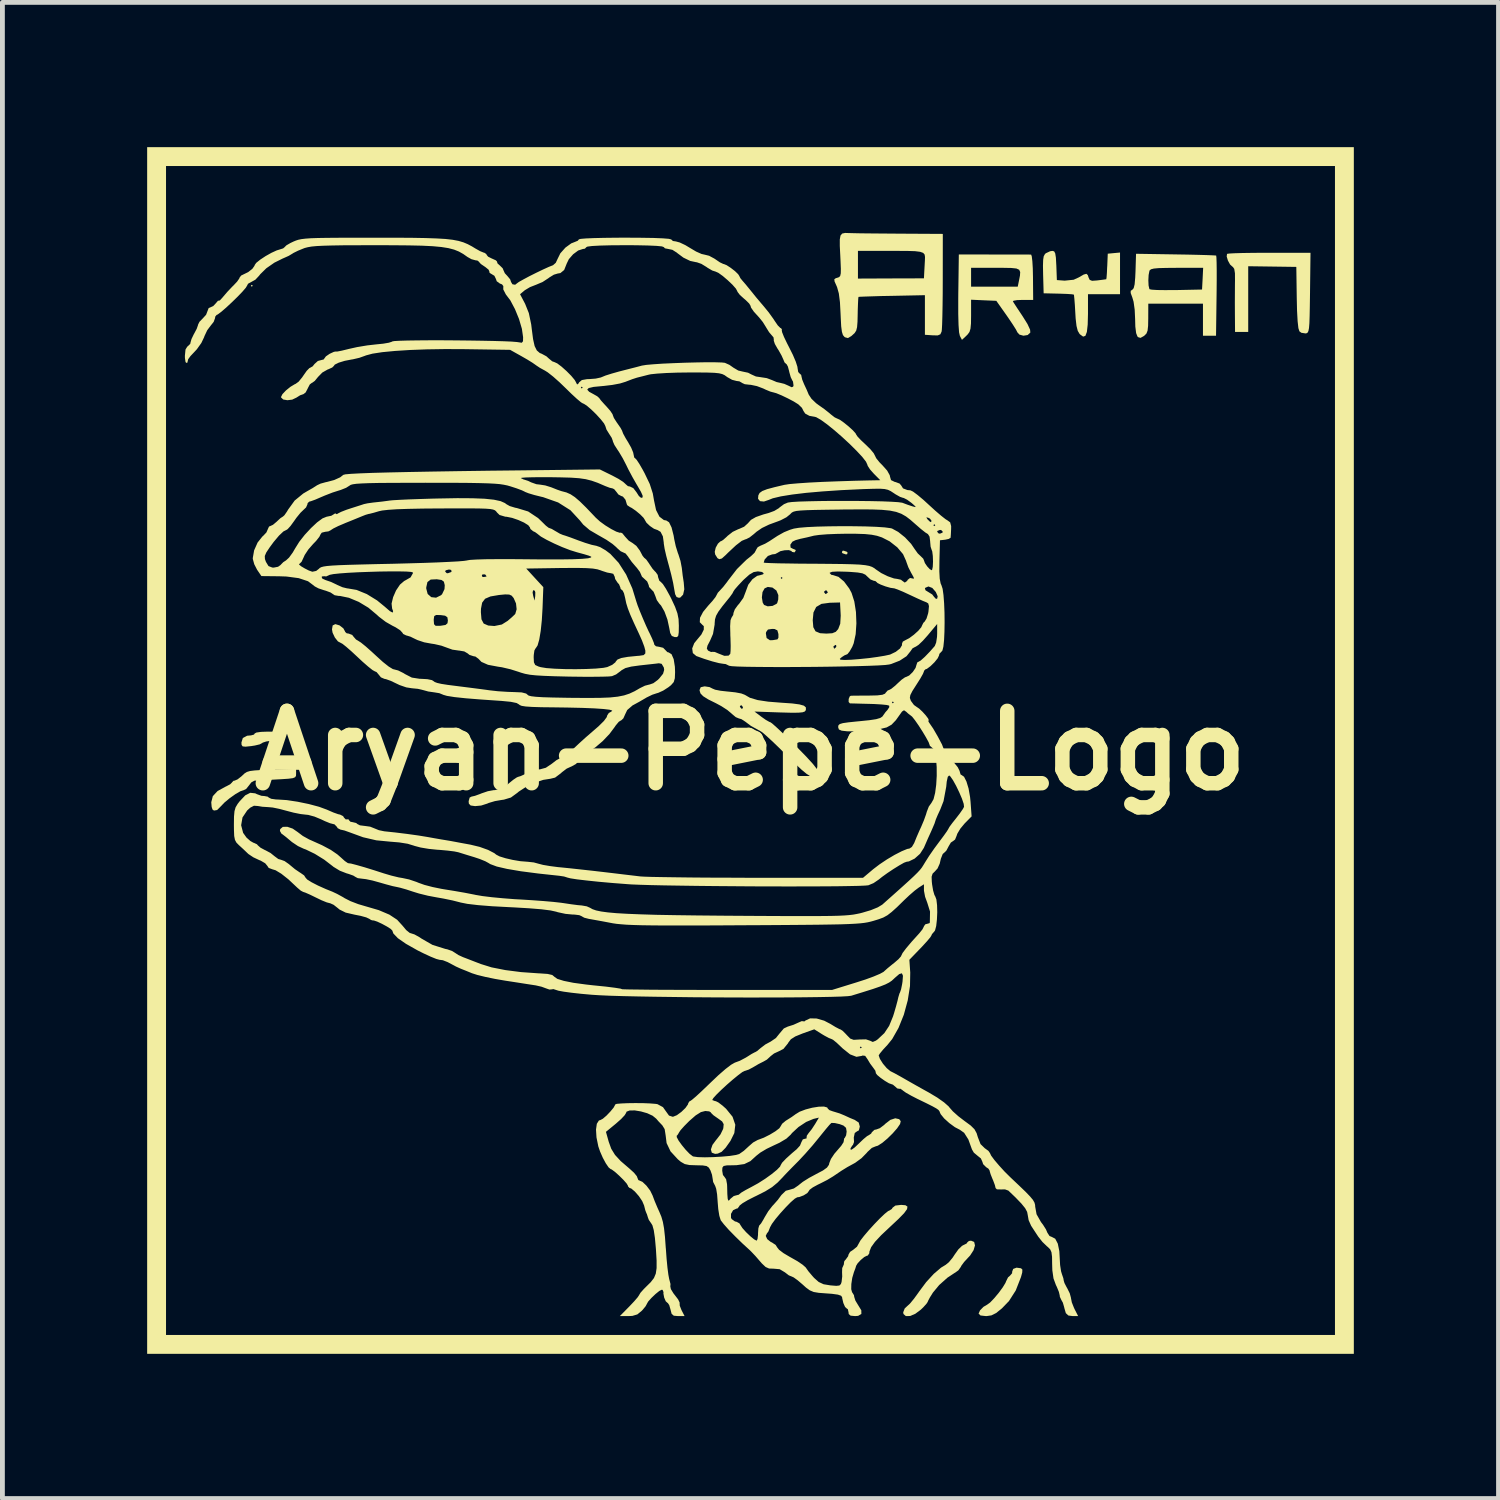
<source format=kicad_pcb>
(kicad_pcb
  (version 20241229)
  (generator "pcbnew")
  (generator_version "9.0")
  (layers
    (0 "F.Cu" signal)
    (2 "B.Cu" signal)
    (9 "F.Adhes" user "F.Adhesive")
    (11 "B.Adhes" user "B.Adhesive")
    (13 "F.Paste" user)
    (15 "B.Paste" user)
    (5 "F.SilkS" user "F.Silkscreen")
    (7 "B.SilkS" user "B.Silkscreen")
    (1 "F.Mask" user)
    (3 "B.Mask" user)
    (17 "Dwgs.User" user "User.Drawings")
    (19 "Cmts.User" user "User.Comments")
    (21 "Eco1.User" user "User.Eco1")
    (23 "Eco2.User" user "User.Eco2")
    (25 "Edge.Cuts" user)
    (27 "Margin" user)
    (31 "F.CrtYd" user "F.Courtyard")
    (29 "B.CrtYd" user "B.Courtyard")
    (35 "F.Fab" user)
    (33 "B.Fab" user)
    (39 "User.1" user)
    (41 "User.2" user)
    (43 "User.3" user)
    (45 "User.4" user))
  (footprint "Aryan-Pepe-Logo"
    (layer "F.Cu")
    (at 12.505 12.505)
    (property "Reference" "Aryan-Pepe-Logo" (at 0 0 0) (layer "F.SilkS") (effects (font (size 1.5 1.5) (thickness 0.3))))
    (attr board_only exclude_from_pos_files exclude_from_bom)
    (fp_poly (pts (xy -10.316 -9.632) (xy -10.336 -9.613) (xy -10.355 -9.632) (xy -10.336 -9.652)) (stroke (width 0) (type solid)) (fill yes) (layer "F.SilkS"))
    (fp_poly (pts (xy 1.997 -4.119) (xy 2.012 -4.103) (xy 2.004 -4.069) (xy 1.978 -4.064) (xy 1.91 -4.087) (xy 1.895 -4.103) (xy 1.904 -4.137) (xy 1.93 -4.142)) (stroke (width 0) (type solid)) (fill yes) (layer "F.SilkS"))
    (fp_poly (pts (xy 12.505 0) (xy 12.505 12.505) (xy 0 12.505) (xy -12.505 12.505) (xy -12.505 0) (xy -12.505 -12.114) (xy -12.114 -12.114) (xy -12.114 0) (xy -12.114 12.114) (xy 0 12.114) (xy 12.114 12.114) (xy 12.114 0) (xy 12.114 -12.114) (xy 0 -12.114) (xy -12.114 -12.114) (xy -12.505 -12.114) (xy -12.505 -12.505) (xy 0 -12.505) (xy 12.505 -12.505)) (stroke (width 0) (type solid)) (fill yes) (layer "F.SilkS"))
    (fp_poly (pts (xy -9.857 -0.389) (xy -9.776 -0.381) (xy -9.74 -0.361) (xy -9.735 -0.324) (xy -9.737 -0.303) (xy -9.758 -0.246) (xy -9.813 -0.217) (xy -9.924 -0.203) (xy -9.925 -0.202) (xy -10.036 -0.187) (xy -10.11 -0.163) (xy -10.123 -0.153) (xy -10.172 -0.127) (xy -10.273 -0.103) (xy -10.349 -0.091) (xy -10.466 -0.079) (xy -10.526 -0.085) (xy -10.548 -0.116) (xy -10.551 -0.166) (xy -10.522 -0.259) (xy -10.433 -0.306) (xy -10.352 -0.313) (xy -10.29 -0.33) (xy -10.277 -0.352) (xy -10.241 -0.372) (xy -10.144 -0.386) (xy -10.003 -0.391) (xy -10.001 -0.391)) (stroke (width 0) (type solid)) (fill yes) (layer "F.SilkS"))
    (fp_poly (pts (xy 5.607 10.732) (xy 5.607 10.732) (xy 5.635 10.759) (xy 5.632 10.82) (xy 5.606 10.915) (xy 5.498 11.191) (xy 5.358 11.41) (xy 5.212 11.562) (xy 5.092 11.659) (xy 4.994 11.708) (xy 4.892 11.723) (xy 4.879 11.723) (xy 4.767 11.71) (xy 4.728 11.672) (xy 4.728 11.671) (xy 4.758 11.603) (xy 4.829 11.531) (xy 4.908 11.484) (xy 4.967 11.441) (xy 5.051 11.353) (xy 5.144 11.242) (xy 5.227 11.129) (xy 5.284 11.036) (xy 5.298 11.001) (xy 5.338 10.92) (xy 5.378 10.886) (xy 5.422 10.835) (xy 5.424 10.8) (xy 5.445 10.745) (xy 5.515 10.719)) (stroke (width 0) (type solid)) (fill yes) (layer "F.SilkS"))
    (fp_poly (pts (xy 11.597 -9.486) (xy 11.593 -9.211) (xy 11.589 -9.005) (xy 11.584 -8.856) (xy 11.576 -8.757) (xy 11.564 -8.695) (xy 11.548 -8.662) (xy 11.526 -8.648) (xy 11.505 -8.644) (xy 11.417 -8.658) (xy 11.377 -8.688) (xy 11.356 -8.754) (xy 11.34 -8.898) (xy 11.328 -9.116) (xy 11.322 -9.383) (xy 11.313 -10.023) (xy 10.815 -10.03) (xy 10.316 -10.037) (xy 10.316 -9.356) (xy 10.316 -8.675) (xy 10.18 -8.675) (xy 10.043 -8.675) (xy 10.04 -9.076) (xy 10.039 -9.282) (xy 10.04 -9.494) (xy 10.041 -9.678) (xy 10.042 -9.74) (xy 10.041 -9.892) (xy 10.027 -9.98) (xy 9.999 -10.022) (xy 9.99 -10.027) (xy 9.94 -10.073) (xy 9.895 -10.155) (xy 9.87 -10.239) (xy 9.877 -10.293) (xy 9.877 -10.293) (xy 9.921 -10.3) (xy 10.031 -10.306) (xy 10.197 -10.311) (xy 10.406 -10.314) (xy 10.647 -10.316) (xy 10.753 -10.316) (xy 11.607 -10.316)) (stroke (width 0) (type solid)) (fill yes) (layer "F.SilkS"))
    (fp_poly (pts (xy -9.418 0.48) (xy -9.42 0.525) (xy -9.438 0.554) (xy -9.484 0.573) (xy -9.574 0.585) (xy -9.721 0.595) (xy -9.818 0.6) (xy -9.993 0.61) (xy -10.143 0.618) (xy -10.247 0.624) (xy -10.282 0.626) (xy -10.346 0.661) (xy -10.396 0.726) (xy -10.452 0.796) (xy -10.501 0.821) (xy -10.573 0.845) (xy -10.678 0.906) (xy -10.796 0.99) (xy -10.904 1.08) (xy -10.974 1.153) (xy -11.055 1.234) (xy -11.12 1.245) (xy -11.15 1.224) (xy -11.168 1.171) (xy -11.176 1.076) (xy -11.176 1.071) (xy -11.144 0.946) (xy -11.045 0.84) (xy -10.873 0.746) (xy -10.865 0.743) (xy -10.784 0.7) (xy -10.746 0.662) (xy -10.746 0.66) (xy -10.715 0.628) (xy -10.693 0.625) (xy -10.632 0.599) (xy -10.551 0.536) (xy -10.533 0.519) (xy -10.486 0.475) (xy -10.438 0.445) (xy -10.372 0.425) (xy -10.274 0.413) (xy -10.128 0.404) (xy -9.922 0.397) (xy -9.418 0.382)) (stroke (width 0) (type solid)) (fill yes) (layer "F.SilkS"))
    (fp_poly (pts (xy 4.636 10.187) (xy 4.653 10.258) (xy 4.624 10.356) (xy 4.553 10.466) (xy 4.512 10.51) (xy 4.428 10.601) (xy 4.37 10.68) (xy 4.358 10.705) (xy 4.309 10.774) (xy 4.266 10.805) (xy 4.083 10.926) (xy 3.911 11.079) (xy 3.781 11.236) (xy 3.78 11.238) (xy 3.718 11.337) (xy 3.68 11.409) (xy 3.673 11.428) (xy 3.647 11.468) (xy 3.581 11.541) (xy 3.531 11.589) (xy 3.416 11.675) (xy 3.307 11.721) (xy 3.22 11.723) (xy 3.171 11.68) (xy 3.165 11.645) (xy 3.196 11.565) (xy 3.246 11.518) (xy 3.306 11.463) (xy 3.39 11.361) (xy 3.482 11.234) (xy 3.495 11.215) (xy 3.641 11.019) (xy 3.798 10.848) (xy 3.949 10.719) (xy 4.046 10.66) (xy 4.112 10.606) (xy 4.191 10.51) (xy 4.233 10.446) (xy 4.308 10.341) (xy 4.383 10.268) (xy 4.417 10.249) (xy 4.48 10.218) (xy 4.494 10.195) (xy 4.527 10.166) (xy 4.572 10.16)) (stroke (width 0) (type solid)) (fill yes) (layer "F.SilkS"))
    (fp_poly (pts (xy 6.294 -10.345) (xy 6.316 -10.303) (xy 6.33 -10.215) (xy 6.338 -10.065) (xy 6.339 -10.053) (xy 6.35 -9.75) (xy 6.512 -9.738) (xy 6.698 -9.757) (xy 6.805 -9.806) (xy 6.907 -9.865) (xy 6.963 -9.88) (xy 6.992 -9.852) (xy 7.007 -9.804) (xy 7.031 -9.754) (xy 7.08 -9.735) (xy 7.18 -9.742) (xy 7.197 -9.744) (xy 7.301 -9.757) (xy 7.365 -9.766) (xy 7.374 -9.767) (xy 7.38 -9.804) (xy 7.387 -9.899) (xy 7.393 -10.031) (xy 7.394 -10.033) (xy 7.405 -10.297) (xy 7.532 -10.309) (xy 7.659 -10.321) (xy 7.659 -9.889) (xy 7.659 -9.457) (xy 7.327 -9.457) (xy 6.995 -9.457) (xy 6.995 -9.051) (xy 6.989 -8.827) (xy 6.972 -8.675) (xy 6.941 -8.594) (xy 6.894 -8.578) (xy 6.831 -8.624) (xy 6.82 -8.635) (xy 6.783 -8.698) (xy 6.757 -8.8) (xy 6.739 -8.956) (xy 6.732 -9.074) (xy 6.723 -9.233) (xy 6.713 -9.36) (xy 6.705 -9.436) (xy 6.702 -9.449) (xy 6.66 -9.456) (xy 6.56 -9.463) (xy 6.42 -9.468) (xy 6.383 -9.469) (xy 6.076 -9.476) (xy 6.065 -9.866) (xy 6.062 -10.05) (xy 6.066 -10.171) (xy 6.078 -10.245) (xy 6.103 -10.289) (xy 6.121 -10.306) (xy 6.209 -10.347) (xy 6.258 -10.355)) (stroke (width 0) (type solid)) (fill yes) (layer "F.SilkS"))
    (fp_poly (pts (xy 5.051 -10.28) (xy 5.283 -10.28) (xy 5.489 -10.279) (xy 5.655 -10.279) (xy 5.769 -10.279) (xy 5.817 -10.278) (xy 5.817 -10.278) (xy 5.83 -10.241) (xy 5.842 -10.141) (xy 5.851 -9.993) (xy 5.855 -9.813) (xy 5.855 -9.808) (xy 5.859 -9.339) (xy 5.642 -9.339) (xy 5.527 -9.335) (xy 5.453 -9.322) (xy 5.438 -9.31) (xy 5.465 -9.266) (xy 5.524 -9.175) (xy 5.606 -9.052) (xy 5.638 -9.004) (xy 5.741 -8.839) (xy 5.795 -8.722) (xy 5.8 -8.662) (xy 5.745 -8.611) (xy 5.657 -8.597) (xy 5.574 -8.62) (xy 5.533 -8.665) (xy 5.501 -8.727) (xy 5.434 -8.833) (xy 5.345 -8.965) (xy 5.302 -9.027) (xy 5.095 -9.32) (xy 4.834 -9.331) (xy 4.572 -9.343) (xy 4.572 -9.016) (xy 4.57 -8.851) (xy 4.56 -8.744) (xy 4.539 -8.675) (xy 4.5 -8.622) (xy 4.478 -8.6) (xy 4.383 -8.511) (xy 4.34 -8.592) (xy 4.323 -8.668) (xy 4.312 -8.821) (xy 4.306 -9.049) (xy 4.306 -9.354) (xy 4.307 -9.477) (xy 4.309 -9.613) (xy 4.572 -9.613) (xy 5.056 -9.613) (xy 5.539 -9.613) (xy 5.564 -9.735) (xy 5.585 -9.842) (xy 5.59 -9.916) (xy 5.569 -9.964) (xy 5.511 -9.99) (xy 5.404 -10.001) (xy 5.238 -10.004) (xy 5.08 -10.004) (xy 4.572 -10.004) (xy 4.572 -9.808) (xy 4.572 -9.613) (xy 4.309 -9.613) (xy 4.318 -10.281)) (stroke (width 0) (type solid)) (fill yes) (layer "F.SilkS"))
    (fp_poly (pts (xy 8.812 -10.282) (xy 9.057 -10.278) (xy 9.275 -10.273) (xy 9.454 -10.268) (xy 9.581 -10.263) (xy 9.646 -10.259) (xy 9.652 -10.258) (xy 9.657 -10.217) (xy 9.661 -10.109) (xy 9.663 -9.947) (xy 9.663 -9.742) (xy 9.661 -9.504) (xy 9.66 -9.421) (xy 9.649 -8.597) (xy 9.514 -8.597) (xy 9.378 -8.597) (xy 9.378 -8.929) (xy 9.378 -9.261) (xy 8.812 -9.261) (xy 8.245 -9.261) (xy 8.244 -8.958) (xy 8.241 -8.801) (xy 8.23 -8.702) (xy 8.206 -8.641) (xy 8.164 -8.599) (xy 8.156 -8.592) (xy 8.084 -8.552) (xy 8.036 -8.566) (xy 8.02 -8.581) (xy 7.993 -8.651) (xy 7.976 -8.787) (xy 7.972 -8.942) (xy 7.963 -9.136) (xy 7.94 -9.301) (xy 7.914 -9.389) (xy 7.88 -9.482) (xy 7.881 -9.528) (xy 7.913 -9.549) (xy 7.942 -9.582) (xy 7.962 -9.663) (xy 7.969 -9.745) (xy 8.246 -9.745) (xy 8.251 -9.637) (xy 8.267 -9.567) (xy 8.272 -9.56) (xy 8.319 -9.551) (xy 8.429 -9.544) (xy 8.587 -9.542) (xy 8.777 -9.543) (xy 8.829 -9.543) (xy 9.359 -9.554) (xy 9.371 -9.779) (xy 9.382 -10.004) (xy 8.838 -10.004) (xy 8.616 -10.002) (xy 8.461 -9.998) (xy 8.361 -9.989) (xy 8.302 -9.974) (xy 8.274 -9.952) (xy 8.269 -9.942) (xy 8.252 -9.857) (xy 8.246 -9.745) (xy 7.969 -9.745) (xy 7.974 -9.803) (xy 7.98 -9.933) (xy 7.991 -10.295)) (stroke (width 0) (type solid)) (fill yes) (layer "F.SilkS"))
    (fp_poly (pts (xy -0.849 -1.314) (xy -0.792 -1.285) (xy -0.733 -1.26) (xy -0.62 -1.238) (xy -0.476 -1.222) (xy -0.462 -1.221) (xy -0.313 -1.205) (xy -0.191 -1.182) (xy -0.12 -1.155) (xy -0.117 -1.153) (xy -0.01 -1.092) (xy 0.149 -1.045) (xy 0.367 -1.012) (xy 0.645 -0.99) (xy 0.865 -0.975) (xy 1.015 -0.955) (xy 1.107 -0.929) (xy 1.148 -0.893) (xy 1.148 -0.843) (xy 1.144 -0.832) (xy 1.125 -0.808) (xy 1.08 -0.792) (xy 0.999 -0.784) (xy 0.867 -0.782) (xy 0.674 -0.787) (xy 0.602 -0.789) (xy 0.083 -0.807) (xy 0.227 -0.698) (xy 0.321 -0.632) (xy 0.393 -0.592) (xy 0.41 -0.587) (xy 0.449 -0.56) (xy 0.533 -0.486) (xy 0.653 -0.374) (xy 0.799 -0.233) (xy 0.949 -0.084) (xy 1.147 0.118) (xy 1.29 0.274) (xy 1.38 0.389) (xy 1.421 0.468) (xy 1.415 0.517) (xy 1.366 0.541) (xy 1.295 0.546) (xy 1.24 0.532) (xy 1.166 0.487) (xy 1.064 0.403) (xy 0.925 0.274) (xy 0.743 0.093) (xy 0.742 0.093) (xy 0.585 -0.063) (xy 0.442 -0.2) (xy 0.324 -0.308) (xy 0.243 -0.378) (xy 0.215 -0.396) (xy 0.01 -0.509) (xy -0.11 -0.599) (xy -0.189 -0.65) (xy -0.24 -0.664) (xy -0.305 -0.691) (xy -0.384 -0.757) (xy -0.394 -0.767) (xy -0.481 -0.84) (xy -0.596 -0.914) (xy -0.221 -0.914) (xy -0.215 -0.899) (xy -0.18 -0.861) (xy -0.174 -0.86) (xy -0.157 -0.89) (xy -0.156 -0.899) (xy -0.186 -0.936) (xy -0.198 -0.938) (xy -0.221 -0.914) (xy -0.596 -0.914) (xy -0.609 -0.922) (xy -0.713 -0.978) (xy -0.878 -1.06) (xy -0.981 -1.125) (xy -1.036 -1.182) (xy -1.055 -1.242) (xy -1.055 -1.255) (xy -1.032 -1.311) (xy -0.954 -1.329) (xy -0.946 -1.329)) (stroke (width 0) (type solid)) (fill yes) (layer "F.SilkS"))
    (fp_poly (pts (xy 2.052 -10.724) (xy 2.061 -10.724) (xy 2.136 -10.722) (xy 2.277 -10.719) (xy 2.469 -10.717) (xy 2.7 -10.715) (xy 2.957 -10.713) (xy 3.087 -10.712) (xy 3.986 -10.707) (xy 3.985 -9.74) (xy 3.984 -9.468) (xy 3.981 -9.218) (xy 3.977 -9.003) (xy 3.972 -8.833) (xy 3.966 -8.721) (xy 3.961 -8.683) (xy 3.935 -8.626) (xy 3.881 -8.603) (xy 3.776 -8.605) (xy 3.776 -8.605) (xy 3.615 -8.616) (xy 3.615 -9.027) (xy 3.615 -9.437) (xy 2.931 -9.423) (xy 2.709 -9.419) (xy 2.515 -9.413) (xy 2.364 -9.408) (xy 2.267 -9.404) (xy 2.238 -9.401) (xy 2.233 -9.361) (xy 2.228 -9.261) (xy 2.223 -9.12) (xy 2.222 -9.056) (xy 2.218 -8.885) (xy 2.209 -8.774) (xy 2.191 -8.702) (xy 2.157 -8.65) (xy 2.102 -8.6) (xy 2.091 -8.59) (xy 2.02 -8.548) (xy 1.96 -8.564) (xy 1.947 -8.573) (xy 1.916 -8.61) (xy 1.895 -8.677) (xy 1.88 -8.789) (xy 1.871 -8.959) (xy 1.867 -9.049) (xy 1.854 -9.293) (xy 1.831 -9.473) (xy 1.795 -9.602) (xy 1.785 -9.626) (xy 1.743 -9.72) (xy 1.737 -9.767) (xy 1.768 -9.789) (xy 1.8 -9.798) (xy 1.836 -9.811) (xy 1.859 -9.836) (xy 1.871 -9.889) (xy 1.873 -9.982) (xy 1.867 -10.13) (xy 1.861 -10.259) (xy 1.856 -10.355) (xy 2.227 -10.355) (xy 2.227 -10.068) (xy 2.227 -9.781) (xy 2.911 -9.784) (xy 3.595 -9.786) (xy 3.602 -9.924) (xy 3.609 -10.05) (xy 3.615 -10.159) (xy 3.615 -10.16) (xy 3.617 -10.229) (xy 3.609 -10.279) (xy 3.578 -10.314) (xy 3.516 -10.336) (xy 3.411 -10.349) (xy 3.254 -10.354) (xy 3.034 -10.355) (xy 2.907 -10.355) (xy 2.227 -10.355) (xy 1.856 -10.355) (xy 1.851 -10.459) (xy 1.851 -10.593) (xy 1.866 -10.674) (xy 1.9 -10.714) (xy 1.961 -10.727)) (stroke (width 0) (type solid)) (fill yes) (layer "F.SilkS"))
    (fp_poly (pts (xy -2.273 -10.627) (xy -2.011 -10.623) (xy -1.816 -10.615) (xy -1.692 -10.605) (xy -1.642 -10.592) (xy -1.641 -10.59) (xy -1.608 -10.56) (xy -1.547 -10.551) (xy -1.466 -10.529) (xy -1.35 -10.474) (xy -1.25 -10.414) (xy -1.127 -10.341) (xy -1.014 -10.291) (xy -0.951 -10.277) (xy -0.858 -10.254) (xy -0.75 -10.196) (xy -0.726 -10.18) (xy -0.635 -10.118) (xy -0.564 -10.084) (xy -0.551 -10.082) (xy -0.495 -10.059) (xy -0.41 -10.004) (xy -0.322 -9.936) (xy -0.256 -9.872) (xy -0.234 -9.838) (xy -0.21 -9.79) (xy -0.166 -9.736) (xy -0.1 -9.66) (xy -0.015 -9.556) (xy 0.02 -9.513) (xy 0.12 -9.389) (xy 0.234 -9.254) (xy 0.276 -9.205) (xy 0.378 -9.08) (xy 0.472 -8.949) (xy 0.504 -8.9) (xy 0.566 -8.81) (xy 0.617 -8.759) (xy 0.631 -8.753) (xy 0.652 -8.73) (xy 0.647 -8.718) (xy 0.655 -8.67) (xy 0.694 -8.572) (xy 0.758 -8.439) (xy 0.8 -8.357) (xy 0.878 -8.201) (xy 0.938 -8.06) (xy 0.972 -7.954) (xy 0.976 -7.923) (xy 0.989 -7.845) (xy 1.016 -7.815) (xy 1.051 -7.784) (xy 1.055 -7.76) (xy 1.072 -7.687) (xy 1.11 -7.594) (xy 1.166 -7.474) (xy 1.207 -7.376) (xy 1.264 -7.29) (xy 1.361 -7.197) (xy 1.41 -7.161) (xy 1.529 -7.077) (xy 1.636 -6.992) (xy 1.667 -6.965) (xy 1.744 -6.905) (xy 1.8 -6.878) (xy 1.802 -6.878) (xy 1.853 -6.854) (xy 1.938 -6.794) (xy 2.034 -6.716) (xy 2.121 -6.637) (xy 2.177 -6.575) (xy 2.188 -6.553) (xy 2.215 -6.511) (xy 2.286 -6.435) (xy 2.384 -6.343) (xy 2.483 -6.246) (xy 2.553 -6.162) (xy 2.579 -6.112) (xy 2.606 -6.057) (xy 2.674 -5.973) (xy 2.735 -5.911) (xy 2.833 -5.801) (xy 2.886 -5.705) (xy 2.892 -5.675) (xy 2.913 -5.604) (xy 2.989 -5.567) (xy 3.009 -5.563) (xy 3.091 -5.532) (xy 3.126 -5.49) (xy 3.126 -5.49) (xy 3.161 -5.433) (xy 3.252 -5.398) (xy 3.315 -5.392) (xy 3.369 -5.366) (xy 3.463 -5.296) (xy 3.585 -5.194) (xy 3.693 -5.095) (xy 3.828 -4.972) (xy 3.95 -4.867) (xy 4.043 -4.794) (xy 4.085 -4.768) (xy 4.139 -4.728) (xy 4.159 -4.65) (xy 4.158 -4.586) (xy 4.153 -4.482) (xy 4.148 -4.415) (xy 4.147 -4.409) (xy 4.109 -4.385) (xy 4.035 -4.369) (xy 3.927 -4.357) (xy 3.916 -3.932) (xy 3.914 -3.713) (xy 3.922 -3.561) (xy 3.941 -3.463) (xy 3.958 -3.424) (xy 3.982 -3.351) (xy 4 -3.222) (xy 4.013 -3.053) (xy 4.021 -2.859) (xy 4.023 -2.656) (xy 4.02 -2.461) (xy 4.012 -2.288) (xy 3.998 -2.153) (xy 3.978 -2.072) (xy 3.966 -2.057) (xy 3.915 -2.003) (xy 3.908 -1.97) (xy 3.88 -1.911) (xy 3.814 -1.829) (xy 3.731 -1.748) (xy 3.656 -1.692) (xy 3.624 -1.681) (xy 3.596 -1.65) (xy 3.595 -1.639) (xy 3.575 -1.589) (xy 3.521 -1.493) (xy 3.445 -1.373) (xy 3.436 -1.359) (xy 3.355 -1.232) (xy 3.313 -1.149) (xy 3.303 -1.091) (xy 3.321 -1.037) (xy 3.328 -1.024) (xy 3.388 -0.943) (xy 3.443 -0.904) (xy 3.496 -0.868) (xy 3.565 -0.803) (xy 3.632 -0.729) (xy 3.681 -0.664) (xy 3.696 -0.628) (xy 3.69 -0.625) (xy 3.688 -0.6) (xy 3.716 -0.557) (xy 3.786 -0.455) (xy 3.881 -0.291) (xy 3.969 -0.125) (xy 4.01 -0.018) (xy 4.025 0.068) (xy 4.044 0.137) (xy 4.076 0.156) (xy 4.143 0.186) (xy 4.224 0.258) (xy 4.296 0.347) (xy 4.335 0.426) (xy 4.338 0.442) (xy 4.355 0.498) (xy 4.374 0.508) (xy 4.426 0.544) (xy 4.476 0.643) (xy 4.52 0.788) (xy 4.551 0.964) (xy 4.561 1.064) (xy 4.583 1.366) (xy 4.438 1.513) (xy 4.35 1.619) (xy 4.287 1.724) (xy 4.272 1.768) (xy 4.24 1.846) (xy 4.201 1.876) (xy 4.153 1.908) (xy 4.106 1.987) (xy 4.103 1.993) (xy 4.061 2.073) (xy 4.026 2.11) (xy 4.024 2.11) (xy 3.984 2.146) (xy 3.945 2.245) (xy 3.922 2.345) (xy 3.877 2.445) (xy 3.822 2.506) (xy 3.774 2.553) (xy 3.754 2.616) (xy 3.758 2.719) (xy 3.764 2.776) (xy 3.785 2.901) (xy 3.812 2.994) (xy 3.829 3.024) (xy 3.853 3.088) (xy 3.867 3.206) (xy 3.871 3.353) (xy 3.864 3.505) (xy 3.849 3.638) (xy 3.825 3.729) (xy 3.81 3.751) (xy 3.761 3.807) (xy 3.751 3.832) (xy 3.726 3.873) (xy 3.658 3.954) (xy 3.561 4.06) (xy 3.522 4.101) (xy 3.293 4.338) (xy 3.311 4.602) (xy 3.306 4.882) (xy 3.259 5.18) (xy 3.178 5.477) (xy 3.068 5.75) (xy 2.937 5.981) (xy 2.839 6.102) (xy 2.747 6.201) (xy 2.682 6.28) (xy 2.657 6.32) (xy 2.683 6.393) (xy 2.745 6.491) (xy 2.823 6.583) (xy 2.895 6.643) (xy 2.901 6.647) (xy 2.986 6.69) (xy 3.104 6.755) (xy 3.169 6.792) (xy 3.284 6.858) (xy 3.441 6.947) (xy 3.614 7.044) (xy 3.696 7.089) (xy 3.87 7.193) (xy 4.012 7.293) (xy 4.106 7.376) (xy 4.123 7.398) (xy 4.195 7.48) (xy 4.308 7.581) (xy 4.435 7.678) (xy 4.564 7.773) (xy 4.642 7.85) (xy 4.687 7.932) (xy 4.712 8.014) (xy 4.768 8.158) (xy 4.855 8.243) (xy 4.858 8.245) (xy 4.932 8.299) (xy 4.963 8.344) (xy 4.988 8.397) (xy 5.056 8.489) (xy 5.154 8.604) (xy 5.267 8.728) (xy 5.383 8.843) (xy 5.386 8.846) (xy 5.57 9.02) (xy 5.705 9.15) (xy 5.797 9.246) (xy 5.855 9.316) (xy 5.886 9.371) (xy 5.899 9.42) (xy 5.901 9.456) (xy 5.929 9.612) (xy 6.021 9.774) (xy 6.062 9.828) (xy 6.124 9.926) (xy 6.153 9.994) (xy 6.198 10.063) (xy 6.245 10.082) (xy 6.316 10.119) (xy 6.369 10.221) (xy 6.401 10.377) (xy 6.409 10.517) (xy 6.417 10.663) (xy 6.437 10.794) (xy 6.454 10.851) (xy 6.484 10.938) (xy 6.493 10.99) (xy 6.508 11.039) (xy 6.552 11.124) (xy 6.565 11.146) (xy 6.617 11.251) (xy 6.642 11.343) (xy 6.643 11.353) (xy 6.66 11.439) (xy 6.704 11.55) (xy 6.717 11.578) (xy 6.791 11.723) (xy 6.68 11.723) (xy 6.589 11.711) (xy 6.536 11.662) (xy 6.505 11.556) (xy 6.501 11.537) (xy 6.474 11.444) (xy 6.445 11.393) (xy 6.412 11.323) (xy 6.409 11.294) (xy 6.392 11.222) (xy 6.349 11.117) (xy 6.33 11.078) (xy 6.28 10.942) (xy 6.256 10.773) (xy 6.252 10.643) (xy 6.25 10.493) (xy 6.238 10.399) (xy 6.211 10.339) (xy 6.161 10.289) (xy 6.147 10.279) (xy 6.051 10.186) (xy 5.964 10.076) (xy 5.962 10.073) (xy 5.887 9.959) (xy 5.818 9.853) (xy 5.816 9.85) (xy 5.765 9.735) (xy 5.747 9.632) (xy 5.734 9.564) (xy 5.693 9.487) (xy 5.615 9.391) (xy 5.493 9.264) (xy 5.345 9.122) (xy 5.276 9.097) (xy 5.19 9.098) (xy 5.107 9.096) (xy 5.08 9.069) (xy 5.065 9.007) (xy 5.028 8.908) (xy 5.015 8.879) (xy 4.976 8.781) (xy 4.957 8.715) (xy 4.956 8.706) (xy 4.931 8.667) (xy 4.884 8.636) (xy 4.822 8.574) (xy 4.806 8.524) (xy 4.775 8.455) (xy 4.709 8.402) (xy 4.629 8.335) (xy 4.59 8.268) (xy 4.516 8.063) (xy 4.428 7.924) (xy 4.339 7.861) (xy 4.236 7.807) (xy 4.12 7.722) (xy 4.014 7.626) (xy 3.943 7.539) (xy 3.929 7.51) (xy 3.917 7.478) (xy 3.896 7.45) (xy 3.852 7.419) (xy 3.775 7.376) (xy 3.652 7.314) (xy 3.471 7.226) (xy 3.468 7.225) (xy 3.33 7.154) (xy 3.219 7.091) (xy 3.156 7.046) (xy 3.148 7.038) (xy 3.104 7.009) (xy 3.089 7.013) (xy 3.041 7.004) (xy 3.009 6.975) (xy 2.952 6.926) (xy 2.925 6.917) (xy 2.869 6.897) (xy 2.785 6.847) (xy 2.697 6.785) (xy 2.626 6.726) (xy 2.597 6.687) (xy 2.598 6.683) (xy 2.588 6.637) (xy 2.548 6.581) (xy 2.479 6.488) (xy 2.427 6.401) (xy 2.377 6.329) (xy 2.324 6.322) (xy 2.306 6.33) (xy 2.196 6.349) (xy 2.064 6.298) (xy 1.909 6.174) (xy 1.89 6.155) (xy 2.266 6.155) (xy 2.286 6.174) (xy 2.306 6.155) (xy 2.286 6.135) (xy 2.266 6.155) (xy 1.89 6.155) (xy 1.882 6.148) (xy 1.787 6.058) (xy 1.712 5.997) (xy 1.676 5.979) (xy 1.624 5.959) (xy 1.533 5.91) (xy 1.481 5.879) (xy 1.322 5.779) (xy 1.075 5.867) (xy 0.928 5.927) (xy 0.837 5.985) (xy 0.784 6.055) (xy 0.775 6.072) (xy 0.683 6.185) (xy 0.592 6.232) (xy 0.488 6.28) (xy 0.415 6.337) (xy 0.413 6.34) (xy 0.34 6.407) (xy 0.27 6.447) (xy 0.169 6.498) (xy 0.059 6.562) (xy 0.059 6.563) (xy -0.037 6.614) (xy -0.113 6.64) (xy -0.118 6.64) (xy -0.169 6.665) (xy -0.256 6.73) (xy -0.367 6.821) (xy -0.488 6.926) (xy -0.605 7.034) (xy -0.704 7.131) (xy -0.771 7.205) (xy -0.793 7.244) (xy -0.792 7.245) (xy -0.735 7.267) (xy -0.72 7.268) (xy -0.667 7.294) (xy -0.581 7.359) (xy -0.506 7.426) (xy -0.372 7.591) (xy -0.315 7.757) (xy -0.335 7.929) (xy -0.416 8.093) (xy -0.516 8.234) (xy -0.598 8.318) (xy -0.678 8.355) (xy -0.733 8.361) (xy -0.802 8.336) (xy -0.821 8.269) (xy -0.788 8.174) (xy -0.708 8.066) (xy -0.703 8.062) (xy -0.622 7.957) (xy -0.569 7.848) (xy -0.563 7.826) (xy -0.556 7.745) (xy -0.588 7.688) (xy -0.674 7.626) (xy -0.68 7.622) (xy -0.767 7.561) (xy -0.816 7.513) (xy -0.821 7.502) (xy -0.855 7.48) (xy -0.936 7.472) (xy -0.938 7.472) (xy -1.028 7.495) (xy -1.136 7.563) (xy -1.27 7.68) (xy -1.373 7.784) (xy -1.449 7.869) (xy -1.484 7.921) (xy -1.485 7.925) (xy -1.515 7.974) (xy -1.528 7.98) (xy -1.529 8.013) (xy -1.49 8.086) (xy -1.423 8.179) (xy -1.344 8.275) (xy -1.264 8.358) (xy -1.199 8.409) (xy -1.184 8.415) (xy -1.091 8.428) (xy -0.947 8.432) (xy -0.774 8.428) (xy -0.593 8.418) (xy -0.428 8.403) (xy -0.299 8.383) (xy -0.234 8.364) (xy -0.139 8.298) (xy -0.043 8.21) (xy -0.039 8.206) (xy 0.054 8.125) (xy 0.15 8.072) (xy 0.156 8.07) (xy 0.276 8.025) (xy 0.403 7.961) (xy 0.517 7.892) (xy 0.598 7.83) (xy 0.625 7.789) (xy 0.656 7.736) (xy 0.732 7.673) (xy 0.752 7.661) (xy 0.85 7.599) (xy 0.923 7.547) (xy 0.929 7.542) (xy 1.018 7.487) (xy 1.142 7.44) (xy 1.28 7.404) (xy 1.413 7.383) (xy 1.523 7.38) (xy 1.59 7.399) (xy 1.602 7.422) (xy 1.636 7.454) (xy 1.717 7.483) (xy 1.72 7.483) (xy 1.847 7.522) (xy 1.944 7.562) (xy 2.064 7.617) (xy 2.159 7.656) (xy 2.243 7.711) (xy 2.266 7.795) (xy 2.246 7.874) (xy 2.208 7.894) (xy 2.161 7.928) (xy 2.141 8.022) (xy 2.146 8.115) (xy 2.123 8.177) (xy 2.111 8.186) (xy 2.075 8.243) (xy 2.071 8.269) (xy 2.095 8.274) (xy 2.158 8.229) (xy 2.243 8.149) (xy 2.339 8.057) (xy 2.416 7.993) (xy 2.454 7.972) (xy 2.5 7.941) (xy 2.515 7.913) (xy 2.568 7.863) (xy 2.61 7.854) (xy 2.681 7.828) (xy 2.77 7.761) (xy 2.794 7.737) (xy 2.899 7.656) (xy 3.001 7.623) (xy 3.082 7.641) (xy 3.114 7.683) (xy 3.1 7.742) (xy 3.039 7.831) (xy 2.946 7.937) (xy 2.839 8.042) (xy 2.732 8.132) (xy 2.64 8.191) (xy 2.593 8.205) (xy 2.515 8.237) (xy 2.426 8.319) (xy 2.406 8.343) (xy 2.301 8.45) (xy 2.171 8.545) (xy 2.137 8.564) (xy 2.007 8.635) (xy 1.884 8.711) (xy 1.856 8.73) (xy 1.711 8.828) (xy 1.59 8.901) (xy 1.453 8.971) (xy 1.397 8.998) (xy 1.292 9.055) (xy 1.225 9.105) (xy 1.211 9.128) (xy 1.179 9.172) (xy 1.103 9.22) (xy 1.015 9.254) (xy 0.968 9.261) (xy 0.917 9.29) (xy 0.833 9.364) (xy 0.729 9.47) (xy 0.62 9.59) (xy 0.52 9.709) (xy 0.444 9.812) (xy 0.405 9.883) (xy 0.404 9.886) (xy 0.371 9.97) (xy 0.34 10.01) (xy 0.316 10.061) (xy 0.347 10.128) (xy 0.42 10.186) (xy 0.445 10.197) (xy 0.522 10.249) (xy 0.554 10.3) (xy 0.593 10.349) (xy 0.684 10.418) (xy 0.81 10.493) (xy 0.837 10.508) (xy 0.973 10.585) (xy 1.082 10.659) (xy 1.146 10.716) (xy 1.15 10.723) (xy 1.202 10.796) (xy 1.284 10.893) (xy 1.318 10.931) (xy 1.414 11.016) (xy 1.515 11.063) (xy 1.655 11.086) (xy 1.777 11.096) (xy 1.843 11.089) (xy 1.874 11.058) (xy 1.888 11.015) (xy 1.901 10.902) (xy 1.898 10.814) (xy 1.901 10.727) (xy 1.921 10.684) (xy 1.939 10.64) (xy 1.935 10.631) (xy 1.945 10.583) (xy 1.974 10.55) (xy 2.023 10.483) (xy 2.032 10.447) (xy 2.064 10.392) (xy 2.127 10.35) (xy 2.207 10.285) (xy 2.243 10.22) (xy 2.277 10.158) (xy 2.352 10.061) (xy 2.453 9.942) (xy 2.567 9.817) (xy 2.681 9.699) (xy 2.781 9.604) (xy 2.853 9.546) (xy 2.879 9.535) (xy 2.929 9.503) (xy 2.945 9.476) (xy 3.003 9.432) (xy 3.121 9.418) (xy 3.211 9.425) (xy 3.253 9.453) (xy 3.245 9.506) (xy 3.184 9.59) (xy 3.066 9.711) (xy 2.896 9.87) (xy 2.71 10.045) (xy 2.58 10.184) (xy 2.501 10.294) (xy 2.465 10.385) (xy 2.462 10.422) (xy 2.431 10.468) (xy 2.41 10.473) (xy 2.358 10.499) (xy 2.285 10.56) (xy 2.22 10.63) (xy 2.188 10.683) (xy 2.188 10.685) (xy 2.175 10.73) (xy 2.144 10.812) (xy 2.109 10.931) (xy 2.09 11.058) (xy 2.088 11.166) (xy 2.106 11.231) (xy 2.112 11.236) (xy 2.145 11.291) (xy 2.15 11.325) (xy 2.174 11.401) (xy 2.227 11.489) (xy 2.297 11.603) (xy 2.298 11.679) (xy 2.231 11.718) (xy 2.169 11.723) (xy 2.075 11.714) (xy 2.036 11.68) (xy 2.032 11.645) (xy 2.018 11.581) (xy 1.997 11.567) (xy 1.96 11.533) (xy 1.924 11.451) (xy 1.901 11.352) (xy 1.899 11.332) (xy 1.878 11.301) (xy 1.812 11.278) (xy 1.688 11.261) (xy 1.577 11.253) (xy 1.416 11.241) (xy 1.309 11.223) (xy 1.229 11.189) (xy 1.151 11.132) (xy 1.079 11.067) (xy 0.978 10.981) (xy 0.895 10.921) (xy 0.853 10.902) (xy 0.794 10.878) (xy 0.716 10.818) (xy 0.715 10.817) (xy 0.605 10.751) (xy 0.478 10.74) (xy 0.385 10.737) (xy 0.313 10.705) (xy 0.234 10.63) (xy 0.195 10.585) (xy 0.104 10.48) (xy 0.021 10.392) (xy -0.012 10.359) (xy -0.166 10.218) (xy -0.316 10.072) (xy -0.45 9.935) (xy -0.553 9.819) (xy -0.614 9.74) (xy -0.618 9.732) (xy -0.633 9.686) (xy -0.404 9.686) (xy -0.389 9.713) (xy -0.322 9.761) (xy -0.287 9.769) (xy -0.229 9.801) (xy -0.207 9.838) (xy -0.167 9.899) (xy -0.092 9.983) (xy -0.004 10.067) (xy 0.076 10.133) (xy 0.127 10.16) (xy 0.146 10.125) (xy 0.156 10.039) (xy 0.156 10.007) (xy 0.163 9.906) (xy 0.18 9.846) (xy 0.186 9.841) (xy 0.22 9.801) (xy 0.271 9.716) (xy 0.293 9.675) (xy 0.368 9.55) (xy 0.455 9.438) (xy 0.472 9.421) (xy 0.564 9.317) (xy 0.642 9.212) (xy 0.732 9.125) (xy 0.807 9.105) (xy 0.899 9.078) (xy 0.994 9.013) (xy 1.001 9.006) (xy 1.086 8.939) (xy 1.215 8.858) (xy 1.36 8.78) (xy 1.361 8.779) (xy 1.502 8.705) (xy 1.585 8.645) (xy 1.625 8.588) (xy 1.634 8.55) (xy 1.667 8.466) (xy 1.739 8.358) (xy 1.801 8.286) (xy 1.881 8.193) (xy 1.928 8.12) (xy 1.934 8.089) (xy 1.941 8.041) (xy 1.953 8.031) (xy 1.982 7.977) (xy 1.993 7.898) (xy 1.98 7.821) (xy 1.927 7.774) (xy 1.85 7.745) (xy 1.749 7.722) (xy 1.681 7.719) (xy 1.674 7.722) (xy 1.636 7.76) (xy 1.564 7.845) (xy 1.469 7.962) (xy 1.42 8.023) (xy 1.287 8.185) (xy 1.137 8.356) (xy 1 8.503) (xy 0.981 8.522) (xy 0.864 8.64) (xy 0.757 8.75) (xy 0.683 8.828) (xy 0.678 8.835) (xy 0.563 8.954) (xy 0.447 9.05) (xy 0.306 9.137) (xy 0.118 9.232) (xy 0.088 9.246) (xy -0.054 9.318) (xy -0.164 9.383) (xy -0.226 9.432) (xy -0.234 9.447) (xy -0.266 9.49) (xy -0.292 9.496) (xy -0.361 9.529) (xy -0.404 9.604) (xy -0.404 9.686) (xy -0.633 9.686) (xy -0.646 9.643) (xy -0.668 9.506) (xy -0.681 9.35) (xy -0.681 9.347) (xy -0.692 9.201) (xy -0.711 9.084) (xy -0.734 9.019) (xy -0.736 9.017) (xy -0.774 8.943) (xy -0.782 8.89) (xy -0.798 8.793) (xy -0.827 8.711) (xy -0.586 8.711) (xy -0.571 8.798) (xy -0.537 8.841) (xy -0.505 8.888) (xy -0.486 8.99) (xy -0.484 9.03) (xy -0.48 9.192) (xy -0.473 9.288) (xy -0.462 9.328) (xy -0.443 9.324) (xy -0.415 9.291) (xy -0.347 9.235) (xy -0.302 9.222) (xy -0.24 9.206) (xy -0.228 9.193) (xy -0.189 9.162) (xy -0.099 9.109) (xy 0.016 9.048) (xy 0.158 8.97) (xy 0.304 8.877) (xy 0.439 8.78) (xy 0.547 8.692) (xy 0.613 8.624) (xy 0.625 8.596) (xy 0.655 8.544) (xy 0.738 8.457) (xy 0.863 8.344) (xy 0.957 8.265) (xy 1.026 8.189) (xy 1.055 8.118) (xy 1.085 8.06) (xy 1.12 8.05) (xy 1.164 8.039) (xy 1.162 8.026) (xy 1.167 7.984) (xy 1.204 7.931) (xy 1.27 7.848) (xy 1.339 7.742) (xy 1.344 7.734) (xy 1.418 7.609) (xy 1.305 7.636) (xy 1.154 7.699) (xy 0.995 7.804) (xy 0.861 7.928) (xy 0.832 7.964) (xy 0.744 8.045) (xy 0.601 8.13) (xy 0.483 8.185) (xy 0.335 8.256) (xy 0.204 8.334) (xy 0.118 8.402) (xy 0.117 8.403) (xy -0.002 8.511) (xy -0.128 8.572) (xy -0.289 8.595) (xy -0.369 8.597) (xy -0.492 8.599) (xy -0.557 8.612) (xy -0.582 8.645) (xy -0.586 8.709) (xy -0.586 8.711) (xy -0.827 8.711) (xy -0.83 8.703) (xy -0.864 8.645) (xy -0.91 8.613) (xy -0.991 8.6) (xy -1.122 8.597) (xy -1.265 8.592) (xy -1.362 8.572) (xy -1.444 8.525) (xy -1.505 8.474) (xy -1.657 8.309) (xy -1.739 8.137) (xy -1.758 7.982) (xy -1.779 7.848) (xy -1.827 7.77) (xy -1.908 7.685) (xy -1.954 7.631) (xy -2.029 7.57) (xy -2.141 7.518) (xy -2.271 7.481) (xy -2.398 7.46) (xy -2.504 7.461) (xy -2.569 7.486) (xy -2.579 7.513) (xy -2.608 7.56) (xy -2.682 7.639) (xy -2.786 7.731) (xy -2.788 7.733) (xy -2.996 7.904) (xy -2.938 8.111) (xy -2.886 8.255) (xy -2.808 8.382) (xy -2.69 8.51) (xy -2.519 8.657) (xy -2.506 8.668) (xy -2.415 8.751) (xy -2.356 8.823) (xy -2.345 8.853) (xy -2.324 8.904) (xy -2.308 8.91) (xy -2.239 8.941) (xy -2.157 9.019) (xy -2.079 9.122) (xy -2.028 9.226) (xy -2.028 9.227) (xy -1.986 9.339) (xy -1.926 9.481) (xy -1.888 9.565) (xy -1.847 9.664) (xy -1.816 9.771) (xy -1.792 9.903) (xy -1.773 10.077) (xy -1.756 10.311) (xy -1.754 10.327) (xy -1.739 10.534) (xy -1.721 10.72) (xy -1.702 10.866) (xy -1.685 10.956) (xy -1.681 10.97) (xy -1.658 11.058) (xy -1.662 11.107) (xy -1.65 11.164) (xy -1.597 11.251) (xy -1.566 11.291) (xy -1.5 11.377) (xy -1.469 11.441) (xy -1.469 11.456) (xy -1.466 11.508) (xy -1.432 11.594) (xy -1.427 11.605) (xy -1.366 11.723) (xy -1.499 11.723) (xy -1.59 11.715) (xy -1.635 11.675) (xy -1.658 11.586) (xy -1.684 11.496) (xy -1.714 11.451) (xy -1.719 11.45) (xy -1.756 11.416) (xy -1.789 11.34) (xy -1.805 11.256) (xy -1.803 11.225) (xy -1.822 11.18) (xy -1.839 11.176) (xy -1.89 11.202) (xy -1.969 11.266) (xy -2.053 11.346) (xy -2.121 11.422) (xy -2.149 11.472) (xy -2.149 11.473) (xy -2.174 11.519) (xy -2.235 11.593) (xy -2.254 11.613) (xy -2.345 11.688) (xy -2.449 11.719) (xy -2.534 11.723) (xy -2.708 11.723) (xy -2.507 11.519) (xy -2.409 11.415) (xy -2.337 11.331) (xy -2.306 11.284) (xy -2.306 11.282) (xy -2.279 11.238) (xy -2.212 11.163) (xy -2.163 11.114) (xy -2.067 11.019) (xy -2.001 10.934) (xy -1.963 10.843) (xy -1.946 10.728) (xy -1.946 10.571) (xy -1.959 10.355) (xy -1.96 10.336) (xy -1.981 10.103) (xy -2.005 9.941) (xy -2.033 9.841) (xy -2.055 9.805) (xy -2.107 9.729) (xy -2.124 9.685) (xy -2.148 9.607) (xy -2.156 9.593) (xy -2.18 9.53) (xy -2.205 9.432) (xy -2.206 9.429) (xy -2.244 9.34) (xy -2.313 9.237) (xy -2.396 9.142) (xy -2.471 9.079) (xy -2.508 9.066) (xy -2.538 9.035) (xy -2.54 9.021) (xy -2.567 8.975) (xy -2.634 8.899) (xy -2.722 8.812) (xy -2.809 8.734) (xy -2.877 8.684) (xy -2.898 8.676) (xy -2.94 8.642) (xy -2.999 8.556) (xy -3.062 8.439) (xy -3.118 8.311) (xy -3.154 8.206) (xy -3.192 8.019) (xy -3.202 7.858) (xy -3.185 7.737) (xy -3.142 7.669) (xy -3.11 7.659) (xy -3.06 7.632) (xy -2.984 7.567) (xy -2.904 7.483) (xy -2.837 7.402) (xy -2.806 7.345) (xy -2.805 7.337) (xy -2.773 7.324) (xy -2.681 7.316) (xy -2.548 7.31) (xy -2.392 7.308) (xy -2.231 7.309) (xy -2.084 7.315) (xy -1.969 7.324) (xy -1.929 7.33) (xy -1.814 7.392) (xy -1.754 7.477) (xy -1.689 7.567) (xy -1.615 7.591) (xy -1.604 7.591) (xy -1.526 7.559) (xy -1.433 7.491) (xy -1.348 7.409) (xy -1.296 7.335) (xy -1.29 7.31) (xy -1.264 7.27) (xy -1.254 7.268) (xy -1.215 7.242) (xy -1.131 7.171) (xy -1.015 7.064) (xy -0.876 6.931) (xy -0.825 6.882) (xy -0.664 6.729) (xy -0.519 6.603) (xy -0.403 6.514) (xy -0.328 6.471) (xy -0.323 6.469) (xy -0.221 6.431) (xy -0.1 6.367) (xy -0.069 6.348) (xy 0.023 6.29) (xy 0.087 6.256) (xy 0.098 6.252) (xy 0.139 6.228) (xy 0.207 6.17) (xy 0.207 6.17) (xy 0.306 6.094) (xy 0.419 6.033) (xy 0.526 5.96) (xy 0.605 5.862) (xy 0.605 5.862) (xy 0.691 5.761) (xy 0.772 5.723) (xy 0.889 5.686) (xy 0.987 5.642) (xy 1.06 5.61) (xy 1.094 5.611) (xy 1.094 5.613) (xy 1.116 5.616) (xy 1.141 5.596) (xy 1.236 5.552) (xy 1.371 5.555) (xy 1.527 5.6) (xy 1.654 5.666) (xy 1.761 5.731) (xy 1.841 5.773) (xy 1.869 5.783) (xy 1.911 5.811) (xy 1.978 5.878) (xy 1.995 5.897) (xy 2.066 5.97) (xy 2.137 5.997) (xy 2.245 5.991) (xy 2.256 5.99) (xy 2.394 5.987) (xy 2.48 6.016) (xy 2.534 6.041) (xy 2.599 6.014) (xy 2.639 5.985) (xy 2.774 5.858) (xy 2.874 5.707) (xy 2.955 5.509) (xy 2.976 5.442) (xy 3.017 5.301) (xy 3.048 5.185) (xy 3.063 5.119) (xy 3.063 5.118) (xy 3.088 5.035) (xy 3.099 5.014) (xy 3.121 4.95) (xy 3.143 4.842) (xy 3.151 4.79) (xy 3.16 4.669) (xy 3.138 4.618) (xy 3.083 4.634) (xy 2.988 4.716) (xy 2.976 4.728) (xy 2.928 4.772) (xy 2.872 4.81) (xy 2.795 4.849) (xy 2.688 4.891) (xy 2.538 4.943) (xy 2.335 5.007) (xy 2.088 5.083) (xy 2.018 5.092) (xy 1.877 5.1) (xy 1.675 5.106) (xy 1.419 5.111) (xy 1.117 5.115) (xy 0.778 5.118) (xy 0.409 5.119) (xy 0.018 5.12) (xy -0.386 5.119) (xy -0.795 5.117) (xy -1.201 5.114) (xy -1.597 5.109) (xy -1.973 5.104) (xy -2.322 5.098) (xy -2.636 5.091) (xy -2.907 5.083) (xy -3.127 5.073) (xy -3.287 5.063) (xy -3.287 5.063) (xy -3.51 5.043) (xy -3.709 5.021) (xy -3.87 4.999) (xy -3.979 4.979) (xy -4.015 4.968) (xy -4.086 4.945) (xy -4.118 4.951) (xy -4.167 4.955) (xy -4.23 4.933) (xy -4.331 4.896) (xy -4.453 4.868) (xy -4.455 4.868) (xy -4.546 4.854) (xy -4.694 4.831) (xy -4.879 4.802) (xy -5.081 4.771) (xy -5.088 4.77) (xy -5.296 4.734) (xy -5.495 4.693) (xy -5.662 4.652) (xy -5.772 4.617) (xy -5.891 4.568) (xy -5.987 4.53) (xy -6.018 4.517) (xy -6.106 4.477) (xy -6.135 4.461) (xy -6.277 4.386) (xy -6.376 4.347) (xy -6.447 4.338) (xy -6.513 4.32) (xy -6.629 4.273) (xy -6.778 4.204) (xy -6.9 4.143) (xy -7.141 4.007) (xy -7.308 3.891) (xy -7.402 3.793) (xy -7.424 3.732) (xy -7.457 3.698) (xy -7.536 3.648) (xy -7.637 3.593) (xy -7.736 3.547) (xy -7.807 3.523) (xy -7.827 3.523) (xy -7.865 3.513) (xy -7.899 3.49) (xy -7.965 3.459) (xy -8.082 3.427) (xy -8.204 3.403) (xy -8.39 3.36) (xy -8.517 3.297) (xy -8.557 3.264) (xy -8.641 3.198) (xy -8.712 3.166) (xy -8.719 3.165) (xy -8.783 3.148) (xy -8.891 3.104) (xy -9.007 3.048) (xy -9.13 2.988) (xy -9.226 2.946) (xy -9.272 2.931) (xy -9.321 2.905) (xy -9.395 2.842) (xy -9.415 2.823) (xy -9.578 2.67) (xy -9.725 2.554) (xy -9.844 2.482) (xy -9.911 2.462) (xy -9.986 2.434) (xy -10.013 2.393) (xy -10.058 2.338) (xy -10.15 2.284) (xy -10.183 2.271) (xy -10.304 2.214) (xy -10.406 2.146) (xy -10.419 2.134) (xy -10.51 2.047) (xy -10.605 1.96) (xy -10.655 1.909) (xy -10.685 1.853) (xy -10.701 1.773) (xy -10.706 1.647) (xy -10.707 1.549) (xy -10.557 1.549) (xy -10.516 1.707) (xy -10.446 1.805) (xy -10.366 1.876) (xy -10.301 1.913) (xy -10.291 1.915) (xy -10.229 1.944) (xy -10.211 1.966) (xy -10.155 2.015) (xy -10.062 2.065) (xy -10.055 2.067) (xy -9.947 2.125) (xy -9.864 2.192) (xy -9.787 2.249) (xy -9.728 2.266) (xy -9.657 2.292) (xy -9.567 2.355) (xy -9.545 2.374) (xy -9.441 2.46) (xy -9.338 2.53) (xy -9.326 2.537) (xy -9.252 2.589) (xy -9.222 2.636) (xy -9.188 2.674) (xy -9.097 2.731) (xy -8.963 2.8) (xy -8.802 2.872) (xy -8.667 2.926) (xy -8.567 2.973) (xy -8.445 3.04) (xy -8.41 3.062) (xy -8.29 3.123) (xy -8.131 3.184) (xy -7.992 3.225) (xy -7.704 3.309) (xy -7.485 3.402) (xy -7.324 3.508) (xy -7.213 3.63) (xy -7.135 3.723) (xy -7.063 3.781) (xy -7.034 3.79) (xy -6.965 3.812) (xy -6.864 3.868) (xy -6.813 3.902) (xy -6.591 4.029) (xy -6.327 4.112) (xy -6.284 4.121) (xy -6.186 4.155) (xy -6.128 4.191) (xy -6.055 4.239) (xy -5.959 4.283) (xy -5.862 4.32) (xy -5.723 4.374) (xy -5.588 4.426) (xy -5.366 4.495) (xy -5.083 4.551) (xy -4.757 4.593) (xy -4.404 4.618) (xy -4.363 4.62) (xy -4.205 4.631) (xy -4.109 4.653) (xy -4.064 4.69) (xy -4.063 4.692) (xy -4.002 4.734) (xy -3.869 4.775) (xy -3.671 4.815) (xy -3.413 4.85) (xy -3.263 4.867) (xy -2.996 4.894) (xy -2.807 4.918) (xy -2.694 4.936) (xy -2.66 4.948) (xy -2.619 4.95) (xy -2.507 4.953) (xy -2.331 4.955) (xy -2.099 4.958) (xy -1.816 4.96) (xy -1.491 4.961) (xy -1.13 4.962) (xy -0.74 4.963) (xy -0.477 4.963) (xy 1.69 4.963) (xy 2.191 4.808) (xy 2.384 4.746) (xy 2.553 4.684) (xy 2.683 4.629) (xy 2.758 4.588) (xy 2.764 4.582) (xy 2.84 4.514) (xy 2.944 4.429) (xy 2.981 4.4) (xy 3.067 4.326) (xy 3.119 4.267) (xy 3.126 4.25) (xy 3.152 4.197) (xy 3.226 4.099) (xy 3.338 3.966) (xy 3.482 3.807) (xy 3.5 3.787) (xy 3.564 3.707) (xy 3.595 3.646) (xy 3.595 3.641) (xy 3.627 3.6) (xy 3.654 3.595) (xy 3.709 3.579) (xy 3.717 3.566) (xy 3.721 3.338) (xy 3.665 3.158) (xy 3.619 3.032) (xy 3.596 2.91) (xy 3.595 2.893) (xy 3.595 2.773) (xy 3.488 2.841) (xy 3.404 2.904) (xy 3.292 3.001) (xy 3.185 3.102) (xy 3.037 3.247) (xy 2.926 3.347) (xy 2.838 3.415) (xy 2.753 3.462) (xy 2.656 3.498) (xy 2.552 3.53) (xy 2.494 3.546) (xy 2.434 3.56) (xy 2.364 3.572) (xy 2.279 3.582) (xy 2.173 3.59) (xy 2.038 3.597) (xy 1.869 3.603) (xy 1.659 3.607) (xy 1.402 3.611) (xy 1.091 3.614) (xy 0.72 3.617) (xy 0.283 3.62) (xy -0.142 3.622) (xy -0.651 3.625) (xy -1.088 3.627) (xy -1.46 3.627) (xy -1.773 3.627) (xy -2.033 3.625) (xy -2.248 3.622) (xy -2.423 3.617) (xy -2.565 3.611) (xy -2.68 3.602) (xy -2.775 3.593) (xy -2.856 3.581) (xy -2.897 3.573) (xy -3.066 3.541) (xy -3.221 3.513) (xy -3.333 3.493) (xy -3.351 3.49) (xy -3.445 3.466) (xy -3.499 3.436) (xy -3.5 3.434) (xy -3.549 3.413) (xy -3.646 3.401) (xy -3.688 3.4) (xy -3.835 3.386) (xy -3.993 3.352) (xy -4.028 3.341) (xy -4.145 3.315) (xy -4.336 3.291) (xy -4.596 3.27) (xy -4.919 3.251) (xy -5.002 3.247) (xy -5.357 3.228) (xy -5.647 3.205) (xy -5.867 3.179) (xy -6.013 3.15) (xy -6.018 3.148) (xy -6.175 3.108) (xy -6.364 3.069) (xy -6.506 3.044) (xy -6.686 3.01) (xy -6.872 2.964) (xy -6.995 2.926) (xy -7.135 2.88) (xy -7.262 2.844) (xy -7.321 2.831) (xy -7.417 2.811) (xy -7.555 2.774) (xy -7.687 2.736) (xy -7.835 2.695) (xy -7.969 2.667) (xy -8.052 2.657) (xy -8.139 2.646) (xy -8.184 2.623) (xy -8.232 2.593) (xy -8.327 2.559) (xy -8.372 2.546) (xy -8.511 2.492) (xy -8.642 2.412) (xy -8.663 2.395) (xy -8.836 2.262) (xy -9.03 2.142) (xy -9.214 2.053) (xy -9.261 2.036) (xy -9.379 1.981) (xy -9.503 1.898) (xy -9.534 1.872) (xy -9.627 1.794) (xy -9.702 1.736) (xy -9.721 1.724) (xy -9.753 1.668) (xy -9.748 1.63) (xy -9.693 1.583) (xy -9.6 1.581) (xy -9.489 1.619) (xy -9.386 1.69) (xy -9.279 1.771) (xy -9.149 1.843) (xy -9.124 1.854) (xy -8.881 1.963) (xy -8.699 2.06) (xy -8.562 2.154) (xy -8.49 2.217) (xy -8.408 2.291) (xy -8.347 2.333) (xy -8.332 2.337) (xy -8.278 2.344) (xy -8.163 2.374) (xy -7.998 2.421) (xy -7.795 2.484) (xy -7.6 2.547) (xy -7.445 2.593) (xy -7.293 2.63) (xy -7.21 2.644) (xy -7.075 2.673) (xy -6.924 2.724) (xy -6.878 2.743) (xy -6.757 2.786) (xy -6.589 2.83) (xy -6.403 2.868) (xy -6.343 2.878) (xy -6.138 2.911) (xy -5.92 2.949) (xy -5.73 2.986) (xy -5.698 2.993) (xy -5.557 3.017) (xy -5.36 3.041) (xy -5.128 3.063) (xy -4.884 3.082) (xy -4.769 3.088) (xy -4.529 3.103) (xy -4.295 3.12) (xy -4.087 3.138) (xy -3.927 3.156) (xy -3.87 3.164) (xy -3.717 3.187) (xy -3.578 3.205) (xy -3.497 3.212) (xy -3.394 3.23) (xy -3.326 3.26) (xy -3.275 3.289) (xy -3.2 3.315) (xy -3.095 3.337) (xy -2.955 3.356) (xy -2.776 3.372) (xy -2.552 3.385) (xy -2.277 3.396) (xy -1.948 3.406) (xy -1.558 3.413) (xy -1.103 3.419) (xy -0.577 3.424) (xy -0.295 3.426) (xy 0.188 3.429) (xy 0.6 3.431) (xy 0.948 3.432) (xy 1.237 3.432) (xy 1.476 3.431) (xy 1.669 3.429) (xy 1.825 3.425) (xy 1.95 3.419) (xy 2.05 3.411) (xy 2.133 3.401) (xy 2.204 3.388) (xy 2.271 3.374) (xy 2.321 3.361) (xy 2.493 3.31) (xy 2.638 3.251) (xy 2.731 3.195) (xy 2.733 3.193) (xy 2.966 2.986) (xy 3.147 2.824) (xy 3.285 2.699) (xy 3.387 2.604) (xy 3.46 2.532) (xy 3.512 2.476) (xy 3.55 2.428) (xy 3.581 2.38) (xy 3.613 2.327) (xy 3.626 2.306) (xy 3.703 2.184) (xy 3.807 2.034) (xy 3.915 1.888) (xy 3.916 1.887) (xy 4.004 1.769) (xy 4.07 1.676) (xy 4.102 1.624) (xy 4.103 1.62) (xy 4.126 1.58) (xy 4.186 1.499) (xy 4.254 1.414) (xy 4.338 1.305) (xy 4.402 1.213) (xy 4.426 1.168) (xy 4.419 1.106) (xy 4.383 0.999) (xy 4.327 0.868) (xy 4.262 0.733) (xy 4.197 0.616) (xy 4.143 0.538) (xy 4.118 0.517) (xy 4.089 0.546) (xy 4.067 0.647) (xy 4.057 0.751) (xy 4.001 1.05) (xy 3.935 1.219) (xy 3.88 1.338) (xy 3.842 1.428) (xy 3.83 1.465) (xy 3.815 1.512) (xy 3.776 1.604) (xy 3.746 1.673) (xy 3.679 1.82) (xy 3.613 1.972) (xy 3.593 2.018) (xy 3.514 2.141) (xy 3.402 2.241) (xy 3.283 2.299) (xy 3.236 2.306) (xy 3.182 2.326) (xy 3.085 2.381) (xy 2.964 2.456) (xy 2.838 2.54) (xy 2.727 2.62) (xy 2.657 2.676) (xy 2.55 2.749) (xy 2.442 2.794) (xy 2.375 2.8) (xy 2.238 2.806) (xy 2.04 2.81) (xy 1.789 2.814) (xy 1.493 2.816) (xy 1.162 2.817) (xy 0.802 2.818) (xy 0.423 2.817) (xy 0.034 2.816) (xy -0.359 2.813) (xy -0.745 2.81) (xy -1.117 2.806) (xy -1.466 2.801) (xy -1.785 2.796) (xy -2.063 2.79) (xy -2.294 2.783) (xy -2.469 2.776) (xy -2.54 2.771) (xy -2.863 2.746) (xy -3.153 2.72) (xy -3.399 2.694) (xy -3.595 2.671) (xy -3.731 2.65) (xy -3.798 2.633) (xy -3.8 2.632) (xy -3.863 2.612) (xy -3.961 2.597) (xy -4.397 2.55) (xy -4.759 2.503) (xy -5.047 2.454) (xy -5.259 2.405) (xy -5.395 2.354) (xy -5.43 2.332) (xy -5.498 2.295) (xy -5.614 2.248) (xy -5.725 2.211) (xy -5.867 2.168) (xy -5.992 2.129) (xy -6.057 2.109) (xy -6.14 2.092) (xy -6.277 2.075) (xy -6.441 2.06) (xy -6.493 2.057) (xy -6.67 2.039) (xy -6.836 2.011) (xy -6.961 1.978) (xy -6.981 1.971) (xy -7.106 1.933) (xy -7.282 1.905) (xy -7.464 1.89) (xy -7.755 1.862) (xy -8.03 1.798) (xy -8.315 1.694) (xy -8.416 1.658) (xy -8.492 1.641) (xy -8.496 1.641) (xy -8.556 1.61) (xy -8.572 1.583) (xy -8.622 1.531) (xy -8.651 1.524) (xy -8.716 1.507) (xy -8.822 1.464) (xy -8.902 1.426) (xy -9.037 1.37) (xy -9.166 1.335) (xy -9.224 1.329) (xy -9.327 1.317) (xy -9.471 1.288) (xy -9.616 1.25) (xy -9.766 1.21) (xy -9.902 1.182) (xy -9.991 1.174) (xy -10.118 1.166) (xy -10.208 1.151) (xy -10.291 1.145) (xy -10.368 1.185) (xy -10.432 1.243) (xy -10.529 1.388) (xy -10.557 1.549) (xy -10.707 1.549) (xy -10.707 1.535) (xy -10.705 1.369) (xy -10.695 1.258) (xy -10.672 1.178) (xy -10.629 1.106) (xy -10.588 1.053) (xy -10.472 0.93) (xy -10.368 0.877) (xy -10.265 0.888) (xy -10.23 0.905) (xy -10.137 0.939) (xy -10.076 0.944) (xy -10.006 0.957) (xy -9.985 0.975) (xy -9.934 1.001) (xy -9.835 1.015) (xy -9.799 1.016) (xy -9.612 1.028) (xy -9.387 1.062) (xy -9.154 1.11) (xy -8.941 1.167) (xy -8.775 1.228) (xy -8.765 1.233) (xy -8.645 1.285) (xy -8.547 1.32) (xy -8.506 1.329) (xy -8.444 1.36) (xy -8.426 1.39) (xy -8.387 1.43) (xy -8.363 1.426) (xy -8.327 1.429) (xy -8.323 1.444) (xy -8.291 1.477) (xy -8.248 1.485) (xy -8.173 1.503) (xy -8.148 1.524) (xy -8.095 1.551) (xy -8.002 1.563) (xy -7.998 1.563) (xy -7.883 1.579) (xy -7.795 1.614) (xy -7.702 1.652) (xy -7.585 1.676) (xy -7.581 1.676) (xy -7.363 1.699) (xy -7.119 1.729) (xy -6.882 1.762) (xy -6.687 1.794) (xy -6.682 1.795) (xy -6.537 1.821) (xy -6.405 1.844) (xy -6.35 1.853) (xy -6.218 1.875) (xy -6.116 1.894) (xy -6.005 1.915) (xy -5.863 1.941) (xy -5.803 1.952) (xy -5.613 1.998) (xy -5.44 2.06) (xy -5.309 2.128) (xy -5.27 2.159) (xy -5.201 2.195) (xy -5.078 2.233) (xy -4.927 2.268) (xy -4.772 2.294) (xy -4.636 2.305) (xy -4.621 2.306) (xy -4.492 2.32) (xy -4.389 2.348) (xy -4.3 2.371) (xy -4.159 2.395) (xy -3.991 2.417) (xy -3.927 2.423) (xy -3.747 2.441) (xy -3.518 2.466) (xy -3.272 2.493) (xy -3.048 2.519) (xy -2.828 2.545) (xy -2.613 2.571) (xy -2.427 2.593) (xy -2.293 2.609) (xy -2.286 2.61) (xy -2.203 2.615) (xy -2.05 2.62) (xy -1.835 2.624) (xy -1.566 2.628) (xy -1.251 2.632) (xy -0.898 2.635) (xy -0.515 2.636) (xy -0.109 2.638) (xy 0.141 2.638) (xy 2.333 2.638) (xy 2.544 2.46) (xy 2.675 2.36) (xy 2.829 2.257) (xy 2.988 2.163) (xy 3.134 2.088) (xy 3.248 2.041) (xy 3.296 2.032) (xy 3.345 1.999) (xy 3.393 1.918) (xy 3.398 1.905) (xy 3.443 1.794) (xy 3.504 1.654) (xy 3.537 1.583) (xy 3.594 1.448) (xy 3.639 1.322) (xy 3.654 1.27) (xy 3.696 1.162) (xy 3.75 1.087) (xy 3.794 1.009) (xy 3.827 0.878) (xy 3.849 0.711) (xy 3.86 0.526) (xy 3.859 0.341) (xy 3.846 0.173) (xy 3.822 0.04) (xy 3.785 -0.041) (xy 3.767 -0.055) (xy 3.718 -0.097) (xy 3.712 -0.117) (xy 3.692 -0.172) (xy 3.638 -0.271) (xy 3.565 -0.393) (xy 3.485 -0.518) (xy 3.409 -0.627) (xy 3.352 -0.699) (xy 3.335 -0.714) (xy 3.266 -0.767) (xy 3.23 -0.801) (xy 3.182 -0.834) (xy 3.141 -0.807) (xy 3.115 -0.771) (xy 3.013 -0.628) (xy 2.924 -0.535) (xy 2.822 -0.478) (xy 2.686 -0.445) (xy 2.524 -0.424) (xy 2.342 -0.408) (xy 2.164 -0.398) (xy 2.024 -0.397) (xy 2.002 -0.398) (xy 1.888 -0.411) (xy 1.832 -0.436) (xy 1.817 -0.483) (xy 1.817 -0.488) (xy 1.823 -0.523) (xy 1.851 -0.548) (xy 1.914 -0.567) (xy 2.025 -0.583) (xy 2.196 -0.601) (xy 2.26 -0.607) (xy 2.465 -0.628) (xy 2.604 -0.649) (xy 2.689 -0.674) (xy 2.733 -0.703) (xy 2.74 -0.713) (xy 2.798 -0.795) (xy 2.839 -0.84) (xy 2.877 -0.899) (xy 2.874 -0.93) (xy 2.825 -0.943) (xy 2.717 -0.954) (xy 2.567 -0.963) (xy 2.468 -0.966) (xy 2.303 -0.97) (xy 2.168 -0.974) (xy 2.082 -0.976) (xy 2.061 -0.976) (xy 2.043 -0.996) (xy 2.931 -0.996) (xy 2.95 -0.977) (xy 2.97 -0.996) (xy 2.95 -1.016) (xy 2.931 -0.996) (xy 2.043 -0.996) (xy 2.034 -1.006) (xy 2.035 -1.068) (xy 2.058 -1.123) (xy 2.081 -1.135) (xy 2.141 -1.136) (xy 2.257 -1.137) (xy 2.407 -1.138) (xy 2.454 -1.138) (xy 2.627 -1.142) (xy 2.734 -1.155) (xy 2.789 -1.178) (xy 2.8 -1.195) (xy 2.845 -1.245) (xy 2.867 -1.252) (xy 2.918 -1.278) (xy 3 -1.344) (xy 3.046 -1.388) (xy 3.133 -1.468) (xy 3.203 -1.517) (xy 3.225 -1.524) (xy 3.289 -1.554) (xy 3.363 -1.626) (xy 3.421 -1.711) (xy 3.439 -1.771) (xy 3.458 -1.827) (xy 3.479 -1.837) (xy 3.528 -1.865) (xy 3.613 -1.941) (xy 3.72 -2.052) (xy 3.82 -2.166) (xy 3.848 -2.237) (xy 3.866 -2.354) (xy 3.869 -2.423) (xy 3.869 -2.622) (xy 3.672 -2.386) (xy 3.572 -2.274) (xy 3.484 -2.19) (xy 3.425 -2.151) (xy 3.417 -2.149) (xy 3.358 -2.117) (xy 3.317 -2.058) (xy 3.234 -1.954) (xy 3.093 -1.862) (xy 2.917 -1.793) (xy 2.872 -1.782) (xy 2.791 -1.772) (xy 2.647 -1.763) (xy 2.449 -1.755) (xy 2.208 -1.748) (xy 1.933 -1.742) (xy 1.636 -1.737) (xy 1.325 -1.733) (xy 1.01 -1.731) (xy 0.703 -1.729) (xy 0.412 -1.73) (xy 0.148 -1.732) (xy -0.08 -1.735) (xy -0.261 -1.74) (xy -0.385 -1.747) (xy -0.442 -1.756) (xy -0.444 -1.757) (xy -0.514 -1.791) (xy -0.565 -1.797) (xy -0.653 -1.811) (xy -0.793 -1.847) (xy -0.962 -1.9) (xy -1.123 -1.958) (xy -1.195 -2.019) (xy -1.208 -2.113) (xy -0.905 -2.113) (xy -0.881 -2.073) (xy -0.878 -2.07) (xy -0.817 -2.041) (xy -0.793 -2.045) (xy -0.739 -2.042) (xy -0.664 -2.01) (xy -0.542 -1.962) (xy -0.455 -1.966) (xy -0.419 -2.003) (xy -0.413 -2.063) (xy -0.411 -2.149) (xy 1.719 -2.149) (xy 1.733 -2.111) (xy 1.737 -2.11) (xy 1.77 -2.138) (xy 1.778 -2.149) (xy 1.775 -2.185) (xy 1.761 -2.188) (xy 1.721 -2.16) (xy 1.719 -2.149) (xy -0.411 -2.149) (xy -0.411 -2.179) (xy -0.415 -2.331) (xy -0.418 -2.39) (xy -0.418 -2.427) (xy 0.319 -2.427) (xy 0.334 -2.331) (xy 0.403 -2.285) (xy 0.464 -2.287) (xy 0.539 -2.3) (xy 0.559 -2.303) (xy 0.579 -2.338) (xy 0.579 -2.413) (xy 0.557 -2.49) (xy 0.499 -2.518) (xy 0.449 -2.52) (xy 0.362 -2.507) (xy 0.324 -2.455) (xy 0.319 -2.427) (xy -0.418 -2.427) (xy -0.422 -2.576) (xy -0.414 -2.7) (xy -0.414 -2.7) (xy 1.29 -2.7) (xy 1.302 -2.555) (xy 1.348 -2.47) (xy 1.442 -2.431) (xy 1.57 -2.423) (xy 1.694 -2.43) (xy 1.768 -2.46) (xy 1.818 -2.517) (xy 1.86 -2.627) (xy 1.87 -2.793) (xy 1.868 -2.839) (xy 1.856 -3.068) (xy 1.643 -3.062) (xy 1.471 -3.039) (xy 1.362 -2.975) (xy 1.305 -2.86) (xy 1.29 -2.7) (xy -0.414 -2.7) (xy -0.393 -2.753) (xy -0.393 -2.753) (xy -0.358 -2.81) (xy -0.352 -2.852) (xy -0.325 -2.925) (xy -0.26 -3.015) (xy -0.237 -3.039) (xy -0.148 -3.163) (xy -0.145 -3.172) (xy 0.236 -3.172) (xy 0.253 -3.066) (xy 0.281 -3.017) (xy 0.357 -2.988) (xy 0.457 -2.997) (xy 0.539 -3.039) (xy 0.554 -3.056) (xy 0.575 -3.13) (xy 0.577 -3.221) (xy 0.551 -3.282) (xy 1.524 -3.282) (xy 1.554 -3.245) (xy 1.563 -3.243) (xy 1.601 -3.273) (xy 1.602 -3.282) (xy 1.572 -3.32) (xy 1.563 -3.322) (xy 1.525 -3.292) (xy 1.524 -3.282) (xy 0.551 -3.282) (xy 0.537 -3.316) (xy 0.455 -3.377) (xy 0.358 -3.39) (xy 0.292 -3.36) (xy 0.249 -3.283) (xy 0.236 -3.172) (xy -0.145 -3.172) (xy -0.095 -3.302) (xy -0.095 -3.303) (xy -0.046 -3.436) (xy 0.039 -3.548) (xy 0.077 -3.576) (xy 0.625 -3.576) (xy 0.645 -3.556) (xy 0.664 -3.576) (xy 0.645 -3.595) (xy 0.625 -3.576) (xy 0.077 -3.576) (xy 0.139 -3.62) (xy 0.201 -3.634) (xy 0.261 -3.652) (xy 0.274 -3.673) (xy 0.268 -3.678) (xy 1.641 -3.678) (xy 1.674 -3.642) (xy 1.714 -3.634) (xy 1.824 -3.599) (xy 1.939 -3.502) (xy 2.046 -3.358) (xy 2.095 -3.266) (xy 2.152 -3.088) (xy 2.186 -2.87) (xy 2.195 -2.635) (xy 2.18 -2.411) (xy 2.139 -2.222) (xy 2.109 -2.148) (xy 2.055 -2.054) (xy 2.011 -1.999) (xy 2 -1.993) (xy 1.948 -1.972) (xy 1.893 -1.936) (xy 1.851 -1.899) (xy 1.863 -1.882) (xy 1.938 -1.877) (xy 1.974 -1.877) (xy 2.089 -1.881) (xy 2.25 -1.894) (xy 2.426 -1.912) (xy 2.463 -1.916) (xy 2.629 -1.939) (xy 2.777 -1.963) (xy 2.88 -1.985) (xy 2.897 -1.99) (xy 3.011 -2.045) (xy 3.099 -2.114) (xy 3.141 -2.183) (xy 3.139 -2.21) (xy 3.157 -2.257) (xy 3.211 -2.287) (xy 3.29 -2.328) (xy 3.386 -2.399) (xy 3.477 -2.481) (xy 3.54 -2.555) (xy 3.556 -2.592) (xy 3.583 -2.646) (xy 3.61 -2.672) (xy 3.649 -2.736) (xy 3.682 -2.843) (xy 3.689 -2.883) (xy 3.699 -2.992) (xy 3.684 -3.048) (xy 3.645 -3.072) (xy 3.577 -3.099) (xy 3.463 -3.15) (xy 3.324 -3.215) (xy 3.298 -3.227) (xy 3.162 -3.29) (xy 3.049 -3.337) (xy 2.982 -3.36) (xy 2.976 -3.361) (xy 3.615 -3.361) (xy 3.628 -3.32) (xy 3.685 -3.285) (xy 3.767 -3.234) (xy 3.804 -3.185) (xy 3.843 -3.143) (xy 3.869 -3.146) (xy 3.88 -3.196) (xy 3.841 -3.285) (xy 3.768 -3.369) (xy 3.688 -3.4) (xy 3.623 -3.372) (xy 3.615 -3.361) (xy 2.976 -3.361) (xy 2.975 -3.361) (xy 2.899 -3.372) (xy 2.798 -3.401) (xy 2.7 -3.438) (xy 2.633 -3.471) (xy 2.618 -3.487) (xy 2.586 -3.513) (xy 2.556 -3.517) (xy 2.487 -3.545) (xy 2.425 -3.602) (xy 2.381 -3.644) (xy 2.32 -3.672) (xy 2.224 -3.689) (xy 2.074 -3.701) (xy 1.998 -3.705) (xy 1.81 -3.71) (xy 1.693 -3.704) (xy 1.644 -3.685) (xy 1.641 -3.678) (xy 0.268 -3.678) (xy 0.239 -3.7) (xy 0.157 -3.712) (xy 0.151 -3.712) (xy 0.066 -3.698) (xy -0.024 -3.645) (xy -0.137 -3.544) (xy -0.162 -3.519) (xy -0.256 -3.419) (xy -0.324 -3.341) (xy -0.352 -3.3) (xy -0.352 -3.3) (xy -0.374 -3.256) (xy -0.431 -3.177) (xy -0.459 -3.143) (xy -0.583 -2.989) (xy -0.665 -2.878) (xy -0.713 -2.793) (xy -0.736 -2.717) (xy -0.743 -2.635) (xy -0.743 -2.612) (xy -0.777 -2.416) (xy -0.837 -2.278) (xy -0.891 -2.174) (xy -0.905 -2.113) (xy -1.208 -2.113) (xy -1.209 -2.114) (xy -1.166 -2.224) (xy -1.111 -2.292) (xy -1.018 -2.404) (xy -0.968 -2.505) (xy -0.968 -2.578) (xy -0.997 -2.604) (xy -1.051 -2.659) (xy -1.046 -2.751) (xy -0.983 -2.872) (xy -0.879 -2.999) (xy -0.789 -3.099) (xy -0.726 -3.179) (xy -0.704 -3.219) (xy -0.677 -3.27) (xy -0.633 -3.317) (xy -0.566 -3.39) (xy -0.486 -3.492) (xy -0.469 -3.517) (xy -0.281 -3.76) (xy -0.145 -3.894) (xy 0.274 -3.894) (xy 0.311 -3.889) (xy 0.416 -3.884) (xy 0.579 -3.879) (xy 0.79 -3.876) (xy 1.038 -3.872) (xy 1.299 -3.871) (xy 1.634 -3.868) (xy 1.9 -3.865) (xy 2.107 -3.86) (xy 2.263 -3.853) (xy 2.378 -3.841) (xy 2.46 -3.826) (xy 2.52 -3.805) (xy 2.567 -3.778) (xy 2.599 -3.753) (xy 2.709 -3.678) (xy 2.845 -3.611) (xy 2.974 -3.566) (xy 3.042 -3.556) (xy 3.118 -3.539) (xy 3.146 -3.517) (xy 3.198 -3.48) (xy 3.247 -3.514) (xy 3.257 -3.536) (xy 3.306 -3.575) (xy 3.347 -3.568) (xy 3.385 -3.559) (xy 3.383 -3.587) (xy 3.34 -3.665) (xy 3.333 -3.676) (xy 3.272 -3.796) (xy 3.229 -3.914) (xy 3.226 -3.927) (xy 3.162 -4.069) (xy 3.042 -4.211) (xy 2.884 -4.335) (xy 2.725 -4.416) (xy 2.622 -4.45) (xy 2.511 -4.472) (xy 2.373 -4.486) (xy 2.19 -4.492) (xy 1.993 -4.493) (xy 1.782 -4.489) (xy 1.586 -4.481) (xy 1.424 -4.468) (xy 1.318 -4.453) (xy 1.309 -4.451) (xy 1.175 -4.418) (xy 1.051 -4.391) (xy 1.036 -4.388) (xy 0.935 -4.36) (xy 0.869 -4.328) (xy 0.826 -4.265) (xy 0.831 -4.206) (xy 0.879 -4.181) (xy 0.931 -4.16) (xy 0.938 -4.142) (xy 0.912 -4.106) (xy 0.863 -4.116) (xy 0.844 -4.136) (xy 0.795 -4.153) (xy 0.708 -4.15) (xy 0.619 -4.131) (xy 0.565 -4.1) (xy 0.564 -4.099) (xy 0.512 -4.072) (xy 0.448 -4.064) (xy 0.361 -4.032) (xy 0.293 -3.958) (xy 0.274 -3.894) (xy -0.145 -3.894) (xy -0.082 -3.955) (xy 0.01 -4.028) (xy 0.083 -4.097) (xy 0.117 -4.158) (xy 0.117 -4.162) (xy 0.15 -4.214) (xy 0.204 -4.243) (xy 0.303 -4.286) (xy 0.39 -4.337) (xy 0.561 -4.449) (xy 0.695 -4.524) (xy 0.817 -4.574) (xy 0.899 -4.599) (xy 1.004 -4.616) (xy 1.169 -4.63) (xy 1.38 -4.64) (xy 1.622 -4.646) (xy 1.881 -4.649) (xy 2.141 -4.648) (xy 2.387 -4.644) (xy 2.606 -4.636) (xy 2.783 -4.624) (xy 2.902 -4.608) (xy 2.932 -4.601) (xy 3.062 -4.53) (xy 3.203 -4.417) (xy 3.329 -4.283) (xy 3.401 -4.177) (xy 3.467 -4.085) (xy 3.523 -4.032) (xy 3.58 -3.976) (xy 3.595 -3.941) (xy 3.615 -3.885) (xy 3.662 -3.816) (xy 3.716 -3.758) (xy 3.756 -3.736) (xy 3.763 -3.74) (xy 3.778 -3.806) (xy 3.783 -3.914) (xy 3.779 -4.032) (xy 3.767 -4.126) (xy 3.754 -4.16) (xy 3.733 -4.225) (xy 3.724 -4.326) (xy 3.724 -4.335) (xy 3.711 -4.433) (xy 3.678 -4.485) (xy 3.675 -4.487) (xy 3.622 -4.52) (xy 3.606 -4.533) (xy 3.869 -4.533) (xy 3.9 -4.498) (xy 3.927 -4.494) (xy 3.979 -4.515) (xy 3.986 -4.533) (xy 3.954 -4.568) (xy 3.927 -4.572) (xy 3.875 -4.551) (xy 3.869 -4.533) (xy 3.606 -4.533) (xy 3.531 -4.592) (xy 3.442 -4.67) (xy 3.79 -4.67) (xy 3.81 -4.65) (xy 3.83 -4.67) (xy 3.81 -4.689) (xy 3.79 -4.67) (xy 3.442 -4.67) (xy 3.423 -4.686) (xy 3.42 -4.689) (xy 3.316 -4.78) (xy 3.247 -4.833) (xy 3.645 -4.833) (xy 3.663 -4.799) (xy 3.672 -4.788) (xy 3.728 -4.734) (xy 3.75 -4.746) (xy 3.751 -4.763) (xy 3.72 -4.805) (xy 3.687 -4.823) (xy 3.645 -4.833) (xy 3.247 -4.833) (xy 3.223 -4.851) (xy 3.127 -4.906) (xy 3.02 -4.945) (xy 2.89 -4.972) (xy 2.725 -4.988) (xy 2.517 -4.996) (xy 2.253 -4.997) (xy 1.923 -4.995) (xy 1.881 -4.994) (xy 1.577 -4.99) (xy 1.342 -4.986) (xy 1.166 -4.981) (xy 1.039 -4.974) (xy 0.952 -4.965) (xy 0.895 -4.951) (xy 0.859 -4.933) (xy 0.834 -4.91) (xy 0.824 -4.898) (xy 0.745 -4.834) (xy 0.628 -4.773) (xy 0.583 -4.755) (xy 0.384 -4.682) (xy 0.239 -4.612) (xy 0.125 -4.534) (xy 0.069 -4.485) (xy -0.019 -4.416) (xy -0.092 -4.379) (xy -0.105 -4.377) (xy -0.181 -4.345) (xy -0.302 -4.252) (xy -0.467 -4.098) (xy -0.515 -4.05) (xy -0.593 -3.98) (xy -0.646 -3.965) (xy -0.684 -3.986) (xy -0.732 -4.063) (xy -0.741 -4.118) (xy -0.721 -4.204) (xy -0.675 -4.287) (xy -0.623 -4.335) (xy -0.61 -4.338) (xy -0.568 -4.363) (xy -0.497 -4.426) (xy -0.473 -4.45) (xy -0.368 -4.532) (xy -0.255 -4.586) (xy -0.239 -4.591) (xy -0.132 -4.638) (xy -0.055 -4.708) (xy 0.01 -4.78) (xy 0.111 -4.838) (xy 0.265 -4.892) (xy 0.375 -4.922) (xy 0.494 -4.966) (xy 0.588 -5.023) (xy 0.602 -5.037) (xy 0.694 -5.105) (xy 0.775 -5.139) (xy 0.857 -5.15) (xy 1.003 -5.159) (xy 1.199 -5.165) (xy 1.433 -5.17) (xy 1.691 -5.173) (xy 1.962 -5.173) (xy 2.233 -5.172) (xy 2.491 -5.169) (xy 2.723 -5.164) (xy 2.917 -5.156) (xy 3.06 -5.147) (xy 3.14 -5.136) (xy 3.146 -5.135) (xy 3.264 -5.091) (xy 3.361 -5.059) (xy 3.417 -5.045) (xy 3.42 -5.057) (xy 3.367 -5.106) (xy 3.335 -5.133) (xy 3.246 -5.198) (xy 3.175 -5.234) (xy 3.162 -5.236) (xy 3.1 -5.257) (xy 3.006 -5.31) (xy 2.967 -5.336) (xy 2.906 -5.376) (xy 2.849 -5.403) (xy 2.78 -5.419) (xy 2.684 -5.426) (xy 2.545 -5.424) (xy 2.346 -5.418) (xy 2.3 -5.416) (xy 1.88 -5.396) (xy 1.496 -5.37) (xy 1.154 -5.34) (xy 0.863 -5.305) (xy 0.629 -5.267) (xy 0.461 -5.227) (xy 0.382 -5.195) (xy 0.279 -5.16) (xy 0.197 -5.168) (xy 0.158 -5.215) (xy 0.157 -5.227) (xy 0.163 -5.289) (xy 0.189 -5.338) (xy 0.245 -5.378) (xy 0.343 -5.416) (xy 0.496 -5.457) (xy 0.703 -5.506) (xy 0.809 -5.522) (xy 0.982 -5.537) (xy 1.213 -5.553) (xy 1.491 -5.567) (xy 1.806 -5.579) (xy 2.149 -5.59) (xy 2.43 -5.597) (xy 2.69 -5.602) (xy 2.557 -5.736) (xy 2.478 -5.825) (xy 2.43 -5.898) (xy 2.423 -5.922) (xy 2.394 -5.986) (xy 2.315 -6.087) (xy 2.197 -6.213) (xy 2.054 -6.355) (xy 1.896 -6.501) (xy 1.736 -6.64) (xy 1.586 -6.761) (xy 1.457 -6.854) (xy 1.362 -6.908) (xy 1.328 -6.917) (xy 1.221 -6.936) (xy 1.134 -6.983) (xy 1.094 -7.043) (xy 1.094 -7.047) (xy 1.065 -7.103) (xy 0.995 -7.171) (xy 0.987 -7.177) (xy 0.896 -7.234) (xy 0.774 -7.298) (xy 0.645 -7.36) (xy 0.533 -7.406) (xy 0.464 -7.425) (xy 0.462 -7.425) (xy 0.408 -7.44) (xy 0.312 -7.48) (xy 0.264 -7.503) (xy 0.134 -7.552) (xy 0.007 -7.579) (xy -0.025 -7.581) (xy -0.119 -7.592) (xy -0.175 -7.618) (xy -0.176 -7.62) (xy -0.23 -7.651) (xy -0.29 -7.659) (xy -0.382 -7.683) (xy -0.483 -7.74) (xy -0.492 -7.747) (xy -0.537 -7.779) (xy -0.586 -7.802) (xy -0.652 -7.818) (xy -0.749 -7.828) (xy -0.888 -7.833) (xy -1.083 -7.835) (xy -1.269 -7.835) (xy -1.515 -7.832) (xy -1.741 -7.824) (xy -1.931 -7.812) (xy -2.067 -7.798) (xy -2.11 -7.789) (xy -2.235 -7.757) (xy -2.339 -7.731) (xy -2.364 -7.724) (xy -2.45 -7.696) (xy -2.565 -7.652) (xy -2.593 -7.641) (xy -2.704 -7.607) (xy -2.863 -7.577) (xy -3.039 -7.556) (xy -3.073 -7.553) (xy -3.251 -7.536) (xy -3.354 -7.512) (xy -3.384 -7.479) (xy -3.344 -7.435) (xy -3.26 -7.389) (xy -3.177 -7.342) (xy -3.133 -7.303) (xy -3.133 -7.301) (xy -3.1 -7.256) (xy -3.03 -7.178) (xy -2.986 -7.131) (xy -2.908 -7.042) (xy -2.86 -6.971) (xy -2.853 -6.949) (xy -2.831 -6.892) (xy -2.775 -6.804) (xy -2.755 -6.776) (xy -2.694 -6.688) (xy -2.66 -6.625) (xy -2.657 -6.614) (xy -2.638 -6.565) (xy -2.588 -6.473) (xy -2.54 -6.395) (xy -2.474 -6.279) (xy -2.432 -6.178) (xy -2.423 -6.134) (xy -2.409 -6.071) (xy -2.391 -6.057) (xy -2.36 -6.025) (xy -2.303 -5.939) (xy -2.231 -5.814) (xy -2.195 -5.747) (xy -2.088 -5.524) (xy -2.025 -5.328) (xy -1.999 -5.18) (xy -1.957 -4.983) (xy -1.887 -4.846) (xy -1.795 -4.776) (xy -1.745 -4.767) (xy -1.688 -4.73) (xy -1.636 -4.623) (xy -1.593 -4.454) (xy -1.581 -4.381) (xy -1.549 -4.234) (xy -1.505 -4.092) (xy -1.495 -4.068) (xy -1.451 -3.929) (xy -1.423 -3.781) (xy -1.422 -3.771) (xy -1.406 -3.631) (xy -1.386 -3.499) (xy -1.384 -3.488) (xy -1.372 -3.341) (xy -1.397 -3.23) (xy -1.454 -3.171) (xy -1.483 -3.165) (xy -1.532 -3.181) (xy -1.562 -3.24) (xy -1.582 -3.351) (xy -1.604 -3.477) (xy -1.643 -3.646) (xy -1.69 -3.826) (xy -1.702 -3.869) (xy -1.746 -4.033) (xy -1.78 -4.181) (xy -1.797 -4.288) (xy -1.798 -4.311) (xy -1.816 -4.438) (xy -1.864 -4.532) (xy -1.931 -4.572) (xy -1.935 -4.572) (xy -2.001 -4.596) (xy -2.084 -4.653) (xy -2.156 -4.721) (xy -2.188 -4.775) (xy -2.188 -4.777) (xy -2.217 -4.823) (xy -2.287 -4.894) (xy -2.376 -4.968) (xy -2.461 -5.027) (xy -2.497 -5.045) (xy -2.553 -5.083) (xy -2.563 -5.103) (xy -2.591 -5.197) (xy -2.644 -5.262) (xy -2.68 -5.275) (xy -2.738 -5.306) (xy -2.774 -5.354) (xy -2.824 -5.415) (xy -2.858 -5.432) (xy -2.92 -5.446) (xy -3.014 -5.482) (xy -3.023 -5.486) (xy -3.167 -5.548) (xy -3.292 -5.592) (xy -3.414 -5.623) (xy -3.551 -5.643) (xy -3.719 -5.655) (xy -3.937 -5.661) (xy -4.122 -5.664) (xy -4.337 -5.665) (xy -4.521 -5.663) (xy -4.66 -5.659) (xy -4.743 -5.652) (xy -4.76 -5.646) (xy -4.702 -5.617) (xy -4.683 -5.612) (xy -4.609 -5.588) (xy -4.545 -5.557) (xy -4.437 -5.519) (xy -4.358 -5.51) (xy -4.255 -5.494) (xy -4.132 -5.456) (xy -4.112 -5.448) (xy -4.004 -5.405) (xy -3.92 -5.376) (xy -3.908 -5.373) (xy -3.814 -5.348) (xy -3.729 -5.31) (xy -3.64 -5.251) (xy -3.536 -5.162) (xy -3.405 -5.033) (xy -3.236 -4.856) (xy -3.209 -4.827) (xy -3.121 -4.747) (xy -3.008 -4.665) (xy -2.888 -4.591) (xy -2.782 -4.536) (xy -2.708 -4.512) (xy -2.687 -4.516) (xy -2.655 -4.501) (xy -2.605 -4.439) (xy -2.602 -4.435) (xy -2.523 -4.349) (xy -2.443 -4.299) (xy -2.366 -4.241) (xy -2.294 -4.144) (xy -2.284 -4.125) (xy -2.237 -4.036) (xy -2.199 -3.989) (xy -2.192 -3.986) (xy -2.158 -3.955) (xy -2.105 -3.88) (xy -2.092 -3.859) (xy -2.03 -3.767) (xy -1.974 -3.705) (xy -1.967 -3.701) (xy -1.923 -3.639) (xy -1.915 -3.592) (xy -1.889 -3.518) (xy -1.858 -3.493) (xy -1.816 -3.45) (xy -1.753 -3.353) (xy -1.679 -3.219) (xy -1.643 -3.149) (xy -1.563 -2.977) (xy -1.515 -2.844) (xy -1.491 -2.724) (xy -1.485 -2.59) (xy -1.485 -2.583) (xy -1.487 -2.45) (xy -1.497 -2.379) (xy -1.522 -2.351) (xy -1.567 -2.351) (xy -1.573 -2.352) (xy -1.631 -2.374) (xy -1.664 -2.435) (xy -1.684 -2.54) (xy -1.722 -2.715) (xy -1.782 -2.878) (xy -1.853 -3.003) (xy -1.89 -3.044) (xy -1.942 -3.117) (xy -1.973 -3.204) (xy -2.009 -3.291) (xy -2.054 -3.337) (xy -2.102 -3.389) (xy -2.11 -3.428) (xy -2.141 -3.503) (xy -2.188 -3.547) (xy -2.25 -3.604) (xy -2.267 -3.644) (xy -2.292 -3.701) (xy -2.354 -3.784) (xy -2.378 -3.811) (xy -2.462 -3.91) (xy -2.527 -4.002) (xy -2.536 -4.017) (xy -2.589 -4.083) (xy -2.633 -4.103) (xy -2.691 -4.13) (xy -2.767 -4.197) (xy -2.779 -4.211) (xy -2.86 -4.281) (xy -2.986 -4.367) (xy -3.131 -4.45) (xy -3.144 -4.457) (xy -3.332 -4.567) (xy -3.467 -4.682) (xy -3.537 -4.769) (xy -3.732 -4.98) (xy -3.987 -5.141) (xy -4.299 -5.251) (xy -4.331 -5.258) (xy -4.48 -5.295) (xy -4.6 -5.331) (xy -4.671 -5.359) (xy -4.677 -5.363) (xy -4.737 -5.392) (xy -4.847 -5.433) (xy -4.97 -5.473) (xy -5.039 -5.493) (xy -5.112 -5.508) (xy -5.197 -5.521) (xy -5.304 -5.53) (xy -5.44 -5.537) (xy -5.614 -5.542) (xy -5.835 -5.546) (xy -6.11 -5.548) (xy -6.45 -5.548) (xy -6.734 -5.549) (xy -7.127 -5.548) (xy -7.448 -5.547) (xy -7.706 -5.545) (xy -7.907 -5.541) (xy -8.058 -5.535) (xy -8.167 -5.528) (xy -8.24 -5.518) (xy -8.285 -5.506) (xy -8.308 -5.491) (xy -8.381 -5.445) (xy -8.493 -5.4) (xy -8.53 -5.389) (xy -8.664 -5.346) (xy -8.821 -5.285) (xy -8.901 -5.251) (xy -9.019 -5.2) (xy -9.11 -5.167) (xy -9.145 -5.158) (xy -9.179 -5.127) (xy -9.183 -5.102) (xy -9.212 -5.037) (xy -9.262 -4.99) (xy -9.328 -4.926) (xy -9.411 -4.824) (xy -9.461 -4.753) (xy -9.533 -4.654) (xy -9.593 -4.588) (xy -9.618 -4.572) (xy -9.681 -4.54) (xy -9.773 -4.453) (xy -9.884 -4.321) (xy -9.964 -4.212) (xy -10.036 -4.104) (xy -10.067 -4.031) (xy -10.064 -3.968) (xy -10.043 -3.909) (xy -9.99 -3.822) (xy -9.912 -3.792) (xy -9.884 -3.79) (xy -9.792 -3.808) (xy -9.742 -3.843) (xy -9.732 -3.854) (xy -9.357 -3.854) (xy -9.312 -3.817) (xy -9.238 -3.773) (xy -9.155 -3.731) (xy -9.085 -3.706) (xy -9.081 -3.705) (xy -9.047 -3.712) (xy -6.33 -3.712) (xy -6.299 -3.677) (xy -6.274 -3.673) (xy -6.208 -3.697) (xy -6.194 -3.712) (xy -6.206 -3.743) (xy -6.25 -3.751) (xy -6.315 -3.735) (xy -6.33 -3.712) (xy -9.047 -3.712) (xy -9.001 -3.722) (xy -8.946 -3.765) (xy -8.94 -3.771) (xy -4.648 -3.771) (xy -4.471 -3.578) (xy -4.294 -3.386) (xy -4.31 -2.953) (xy -4.325 -2.7) (xy -4.348 -2.479) (xy -4.378 -2.3) (xy -4.413 -2.177) (xy -4.451 -2.119) (xy -4.455 -2.117) (xy -4.479 -2.073) (xy -4.492 -1.98) (xy -4.494 -1.935) (xy -4.489 -1.828) (xy -4.462 -1.772) (xy -4.395 -1.741) (xy -4.347 -1.727) (xy -4.23 -1.708) (xy -4.057 -1.695) (xy -3.848 -1.687) (xy -3.623 -1.685) (xy -3.402 -1.689) (xy -3.204 -1.698) (xy -3.049 -1.713) (xy -2.969 -1.729) (xy -2.866 -1.775) (xy -2.8 -1.828) (xy -2.792 -1.844) (xy -2.757 -1.885) (xy -2.677 -1.917) (xy -2.542 -1.941) (xy -2.339 -1.961) (xy -2.306 -1.963) (xy -2.214 -1.977) (xy -2.18 -2.012) (xy -2.179 -2.069) (xy -2.201 -2.152) (xy -2.248 -2.278) (xy -2.311 -2.419) (xy -2.312 -2.421) (xy -2.416 -2.644) (xy -2.491 -2.813) (xy -2.542 -2.944) (xy -2.575 -3.051) (xy -2.596 -3.15) (xy -2.597 -3.157) (xy -2.622 -3.258) (xy -2.65 -3.316) (xy -2.661 -3.322) (xy -2.693 -3.353) (xy -2.696 -3.375) (xy -2.724 -3.444) (xy -2.755 -3.478) (xy -2.805 -3.555) (xy -2.814 -3.6) (xy -2.844 -3.662) (xy -2.887 -3.673) (xy -2.97 -3.688) (xy -3.081 -3.724) (xy -3.103 -3.733) (xy -3.173 -3.755) (xy -3.268 -3.771) (xy -3.399 -3.78) (xy -3.578 -3.784) (xy -3.818 -3.783) (xy -3.946 -3.782) (xy -4.648 -3.771) (xy -8.94 -3.771) (xy -8.927 -3.784) (xy -8.896 -3.8) (xy -8.848 -3.813) (xy -8.775 -3.824) (xy -8.668 -3.833) (xy -8.52 -3.841) (xy -8.324 -3.848) (xy -8.071 -3.855) (xy -7.755 -3.863) (xy -7.415 -3.87) (xy -7.082 -3.879) (xy -6.771 -3.888) (xy -6.491 -3.898) (xy -6.253 -3.909) (xy -6.065 -3.919) (xy -5.936 -3.93) (xy -5.876 -3.939) (xy -5.874 -3.94) (xy -5.814 -3.95) (xy -5.683 -3.958) (xy -5.49 -3.964) (xy -5.241 -3.966) (xy -4.945 -3.966) (xy -4.709 -3.964) (xy -4.293 -3.96) (xy -3.953 -3.96) (xy -3.687 -3.964) (xy -3.491 -3.972) (xy -3.364 -3.984) (xy -3.303 -4.001) (xy -3.301 -4.017) (xy -3.347 -4.037) (xy -3.448 -4.068) (xy -3.584 -4.105) (xy -3.602 -4.11) (xy -3.74 -4.153) (xy -3.903 -4.216) (xy -4.07 -4.29) (xy -4.224 -4.366) (xy -4.344 -4.434) (xy -4.412 -4.487) (xy -4.416 -4.491) (xy -4.466 -4.527) (xy -4.504 -4.544) (xy -4.561 -4.591) (xy -4.572 -4.624) (xy -4.606 -4.669) (xy -4.694 -4.724) (xy -4.812 -4.777) (xy -4.94 -4.821) (xy -5.053 -4.844) (xy -5.083 -4.846) (xy -5.201 -4.881) (xy -5.254 -4.933) (xy -5.274 -4.959) (xy -5.298 -4.979) (xy -5.336 -4.994) (xy -5.396 -5.005) (xy -5.488 -5.012) (xy -5.62 -5.016) (xy -5.802 -5.018) (xy -6.043 -5.018) (xy -6.351 -5.017) (xy -6.419 -5.017) (xy -6.793 -5.014) (xy -7.095 -5.008) (xy -7.332 -5) (xy -7.509 -4.988) (xy -7.634 -4.974) (xy -7.698 -4.96) (xy -7.811 -4.927) (xy -7.894 -4.906) (xy -7.913 -4.903) (xy -7.976 -4.885) (xy -8.05 -4.856) (xy -8.135 -4.821) (xy -8.265 -4.768) (xy -8.411 -4.709) (xy -8.412 -4.708) (xy -8.544 -4.652) (xy -8.645 -4.602) (xy -8.696 -4.569) (xy -8.697 -4.567) (xy -8.749 -4.541) (xy -8.814 -4.533) (xy -8.886 -4.515) (xy -8.91 -4.482) (xy -8.936 -4.429) (xy -9.003 -4.344) (xy -9.065 -4.28) (xy -9.163 -4.168) (xy -9.239 -4.053) (xy -9.264 -3.998) (xy -9.304 -3.912) (xy -9.347 -3.869) (xy -9.352 -3.868) (xy -9.357 -3.854) (xy -9.732 -3.854) (xy -9.684 -3.903) (xy -9.627 -3.94) (xy -9.564 -3.998) (xy -9.489 -4.101) (xy -9.437 -4.19) (xy -9.352 -4.326) (xy -9.238 -4.471) (xy -9.11 -4.609) (xy -8.983 -4.728) (xy -8.87 -4.811) (xy -8.786 -4.845) (xy -8.781 -4.846) (xy -8.689 -4.865) (xy -8.644 -4.892) (xy -8.605 -4.917) (xy -8.597 -4.907) (xy -8.573 -4.898) (xy -8.548 -4.914) (xy -8.485 -4.946) (xy -8.375 -4.989) (xy -8.284 -5.019) (xy -8.156 -5.06) (xy -8.053 -5.093) (xy -8.011 -5.107) (xy -7.937 -5.123) (xy -7.822 -5.139) (xy -7.776 -5.144) (xy -7.637 -5.159) (xy -7.51 -5.176) (xy -7.483 -5.18) (xy -7.411 -5.187) (xy -7.274 -5.195) (xy -7.084 -5.204) (xy -6.855 -5.212) (xy -6.599 -5.22) (xy -6.467 -5.223) (xy -6.078 -5.23) (xy -5.761 -5.228) (xy -5.509 -5.218) (xy -5.318 -5.198) (xy -5.179 -5.168) (xy -5.089 -5.128) (xy -5.061 -5.106) (xy -4.99 -5.066) (xy -4.878 -5.032) (xy -4.842 -5.025) (xy -4.608 -4.954) (xy -4.402 -4.817) (xy -4.32 -4.738) (xy -4.242 -4.661) (xy -4.184 -4.616) (xy -4.17 -4.611) (xy -4.119 -4.592) (xy -4.038 -4.544) (xy -4.037 -4.544) (xy -3.952 -4.494) (xy -3.892 -4.469) (xy -3.837 -4.452) (xy -3.73 -4.415) (xy -3.594 -4.364) (xy -3.576 -4.357) (xy -3.427 -4.304) (xy -3.293 -4.263) (xy -3.203 -4.244) (xy -3.2 -4.244) (xy -3.116 -4.215) (xy -3.003 -4.149) (xy -2.905 -4.075) (xy -2.733 -3.89) (xy -2.577 -3.646) (xy -2.449 -3.358) (xy -2.366 -3.087) (xy -2.34 -3.009) (xy -2.291 -2.883) (xy -2.229 -2.734) (xy -2.164 -2.584) (xy -2.106 -2.459) (xy -2.094 -2.437) (xy -2.039 -2.32) (xy -2.002 -2.229) (xy -1.993 -2.192) (xy -1.959 -2.16) (xy -1.894 -2.149) (xy -1.811 -2.129) (xy -1.773 -2.091) (xy -1.723 -2.039) (xy -1.695 -2.032) (xy -1.636 -1.995) (xy -1.592 -1.893) (xy -1.567 -1.736) (xy -1.563 -1.624) (xy -1.568 -1.497) (xy -1.591 -1.418) (xy -1.647 -1.354) (xy -1.701 -1.311) (xy -1.81 -1.241) (xy -1.914 -1.194) (xy -1.938 -1.188) (xy -2.035 -1.156) (xy -2.153 -1.099) (xy -2.181 -1.082) (xy -2.305 -1.01) (xy -2.424 -0.945) (xy -2.442 -0.936) (xy -2.555 -0.839) (xy -2.597 -0.751) (xy -2.635 -0.666) (xy -2.677 -0.626) (xy -2.682 -0.625) (xy -2.73 -0.595) (xy -2.794 -0.518) (xy -2.816 -0.485) (xy -2.923 -0.342) (xy -3.064 -0.194) (xy -3.214 -0.066) (xy -3.341 0.017) (xy -3.446 0.091) (xy -3.535 0.191) (xy -3.536 0.192) (xy -3.617 0.279) (xy -3.709 0.331) (xy -3.716 0.333) (xy -3.81 0.376) (xy -3.911 0.453) (xy -3.929 0.471) (xy -4.05 0.562) (xy -4.148 0.586) (xy -4.296 0.609) (xy -4.473 0.669) (xy -4.652 0.754) (xy -4.801 0.851) (xy -4.833 0.878) (xy -4.966 0.975) (xy -5.112 1.019) (xy -5.157 1.025) (xy -5.297 1.049) (xy -5.425 1.087) (xy -5.457 1.101) (xy -5.582 1.141) (xy -5.708 1.153) (xy -5.8 1.14) (xy -5.837 1.102) (xy -5.842 1.052) (xy -5.821 0.976) (xy -5.783 0.956) (xy -5.712 0.94) (xy -5.607 0.902) (xy -5.573 0.888) (xy -5.444 0.844) (xy -5.318 0.821) (xy -5.297 0.821) (xy -5.17 0.79) (xy -5.026 0.696) (xy -5.012 0.684) (xy -4.917 0.607) (xy -4.844 0.558) (xy -4.818 0.547) (xy -4.765 0.531) (xy -4.672 0.489) (xy -4.631 0.469) (xy -4.507 0.419) (xy -4.389 0.392) (xy -4.364 0.391) (xy -4.242 0.358) (xy -4.117 0.274) (xy -4.024 0.202) (xy -3.948 0.161) (xy -3.928 0.156) (xy -3.873 0.131) (xy -3.783 0.064) (xy -3.678 -0.029) (xy -3.547 -0.152) (xy -3.41 -0.276) (xy -3.322 -0.352) (xy -3.149 -0.502) (xy -3.037 -0.613) (xy -2.98 -0.691) (xy -2.97 -0.726) (xy -2.937 -0.777) (xy -2.882 -0.808) (xy -2.864 -0.827) (xy -2.92 -0.845) (xy -3.046 -0.86) (xy -3.236 -0.873) (xy -3.486 -0.883) (xy -3.793 -0.89) (xy -4.072 -0.894) (xy -4.333 -0.897) (xy -4.525 -0.903) (xy -4.659 -0.912) (xy -4.742 -0.925) (xy -4.786 -0.943) (xy -4.795 -0.953) (xy -4.848 -0.984) (xy -4.969 -1.009) (xy -5.164 -1.028) (xy -5.197 -1.03) (xy -5.587 -1.057) (xy -5.9 -1.082) (xy -6.135 -1.107) (xy -6.292 -1.132) (xy -6.371 -1.155) (xy -6.376 -1.158) (xy -6.45 -1.188) (xy -6.554 -1.205) (xy -6.68 -1.223) (xy -6.781 -1.251) (xy -6.894 -1.278) (xy -7.019 -1.29) (xy -7.134 -1.308) (xy -7.273 -1.356) (xy -7.338 -1.387) (xy -7.455 -1.443) (xy -7.553 -1.478) (xy -7.589 -1.485) (xy -7.66 -1.516) (xy -7.698 -1.563) (xy -7.75 -1.625) (xy -7.787 -1.641) (xy -7.834 -1.667) (xy -7.922 -1.737) (xy -8.038 -1.838) (xy -8.142 -1.935) (xy -8.27 -2.054) (xy -8.38 -2.15) (xy -8.457 -2.211) (xy -8.487 -2.227) (xy -8.551 -2.261) (xy -8.615 -2.342) (xy -8.662 -2.442) (xy -8.674 -2.511) (xy -8.66 -2.592) (xy -8.607 -2.618) (xy -8.6 -2.618) (xy -8.516 -2.592) (xy -8.439 -2.532) (xy -8.402 -2.465) (xy -8.402 -2.459) (xy -8.369 -2.429) (xy -8.328 -2.423) (xy -8.255 -2.395) (xy -8.231 -2.363) (xy -8.177 -2.301) (xy -8.133 -2.275) (xy -8.074 -2.237) (xy -7.975 -2.157) (xy -7.852 -2.048) (xy -7.761 -1.964) (xy -7.619 -1.835) (xy -7.499 -1.74) (xy -7.412 -1.687) (xy -7.384 -1.68) (xy -7.303 -1.659) (xy -7.196 -1.606) (xy -7.159 -1.583) (xy -7.019 -1.511) (xy -6.858 -1.486) (xy -6.818 -1.485) (xy -6.696 -1.478) (xy -6.605 -1.459) (xy -6.58 -1.445) (xy -6.546 -1.42) (xy -6.493 -1.4) (xy -6.405 -1.38) (xy -6.27 -1.359) (xy -6.073 -1.334) (xy -6.018 -1.327) (xy -5.82 -1.302) (xy -5.611 -1.275) (xy -5.433 -1.251) (xy -5.421 -1.249) (xy -5.234 -1.228) (xy -5.03 -1.215) (xy -4.905 -1.211) (xy -4.743 -1.204) (xy -4.65 -1.18) (xy -4.623 -1.157) (xy -4.598 -1.138) (xy -4.542 -1.124) (xy -4.447 -1.113) (xy -4.302 -1.104) (xy -4.101 -1.098) (xy -3.833 -1.093) (xy -3.693 -1.091) (xy -3.37 -1.089) (xy -3.114 -1.091) (xy -2.911 -1.099) (xy -2.751 -1.116) (xy -2.62 -1.142) (xy -2.508 -1.179) (xy -2.401 -1.229) (xy -2.292 -1.292) (xy -2.188 -1.343) (xy -2.096 -1.367) (xy -2.089 -1.368) (xy -2.013 -1.395) (xy -1.921 -1.463) (xy -1.889 -1.495) (xy -1.812 -1.591) (xy -1.789 -1.67) (xy -1.796 -1.719) (xy -1.841 -1.796) (xy -1.898 -1.808) (xy -1.971 -1.799) (xy -2.098 -1.785) (xy -2.253 -1.768) (xy -2.29 -1.764) (xy -2.472 -1.739) (xy -2.593 -1.708) (xy -2.671 -1.664) (xy -2.69 -1.648) (xy -2.785 -1.577) (xy -2.87 -1.541) (xy -2.938 -1.534) (xy -3.07 -1.53) (xy -3.254 -1.528) (xy -3.476 -1.528) (xy -3.722 -1.531) (xy -3.78 -1.532) (xy -4.063 -1.539) (xy -4.281 -1.547) (xy -4.446 -1.557) (xy -4.572 -1.57) (xy -4.672 -1.589) (xy -4.757 -1.613) (xy -4.806 -1.63) (xy -4.973 -1.683) (xy -5.152 -1.725) (xy -5.233 -1.737) (xy -5.44 -1.776) (xy -5.576 -1.836) (xy -5.639 -1.901) (xy -5.701 -1.947) (xy -5.741 -1.954) (xy -5.826 -1.982) (xy -5.862 -2.012) (xy -5.932 -2.053) (xy -6.037 -2.071) (xy -6.044 -2.071) (xy -6.178 -2.09) (xy -6.295 -2.132) (xy -6.405 -2.172) (xy -6.549 -2.205) (xy -6.616 -2.215) (xy -6.763 -2.242) (xy -6.901 -2.288) (xy -6.948 -2.31) (xy -7.048 -2.359) (xy -7.126 -2.383) (xy -7.135 -2.384) (xy -7.198 -2.415) (xy -7.216 -2.443) (xy -7.262 -2.493) (xy -7.357 -2.554) (xy -7.419 -2.585) (xy -7.559 -2.665) (xy -7.6 -2.696) (xy -6.565 -2.696) (xy -6.559 -2.617) (xy -6.527 -2.585) (xy -6.446 -2.584) (xy -6.418 -2.586) (xy -6.321 -2.602) (xy -6.28 -2.637) (xy -6.272 -2.696) (xy -6.283 -2.762) (xy -6.33 -2.794) (xy -6.418 -2.806) (xy -6.514 -2.809) (xy -6.555 -2.786) (xy -6.565 -2.719) (xy -6.565 -2.696) (xy -7.6 -2.696) (xy -7.7 -2.772) (xy -7.749 -2.817) (xy -7.92 -2.96) (xy -8.119 -3.08) (xy -8.323 -3.165) (xy -8.507 -3.203) (xy -8.537 -3.204) (xy -8.619 -3.218) (xy -8.655 -3.242) (xy -8.704 -3.275) (xy -8.801 -3.311) (xy -8.843 -3.323) (xy -8.954 -3.36) (xy -9.033 -3.402) (xy -9.046 -3.414) (xy -9.171 -3.508) (xy -9.363 -3.572) (xy -9.55 -3.597) (xy -8.889 -3.597) (xy -8.874 -3.562) (xy -8.804 -3.531) (xy -8.804 -3.531) (xy -8.693 -3.493) (xy -8.573 -3.436) (xy -8.566 -3.432) (xy -8.457 -3.384) (xy -8.36 -3.36) (xy -8.352 -3.36) (xy -8.164 -3.328) (xy -7.953 -3.242) (xy -7.74 -3.111) (xy -7.581 -2.981) (xy -7.475 -2.889) (xy -7.417 -2.858) (xy -7.414 -2.868) (xy -5.588 -2.868) (xy -5.576 -2.719) (xy -5.53 -2.631) (xy -5.436 -2.59) (xy -5.308 -2.58) (xy -5.154 -2.611) (xy -5.034 -2.686) (xy -4.947 -2.761) (xy -4.885 -2.82) (xy -4.875 -2.832) (xy -4.847 -2.927) (xy -4.86 -3.048) (xy -4.909 -3.16) (xy -4.909 -3.16) (xy -4.95 -3.209) (xy -5.001 -3.232) (xy -5.085 -3.235) (xy -5.212 -3.223) (xy -5.389 -3.193) (xy -5.501 -3.145) (xy -5.562 -3.064) (xy -5.586 -2.939) (xy -5.588 -2.868) (xy -7.414 -2.868) (xy -7.407 -2.887) (xy -7.428 -2.943) (xy -7.439 -3.045) (xy -7.407 -3.178) (xy -7.346 -3.318) (xy -7.318 -3.359) (xy -6.721 -3.359) (xy -6.691 -3.244) (xy -6.616 -3.178) (xy -6.517 -3.167) (xy -6.414 -3.218) (xy -6.392 -3.24) (xy -6.376 -3.273) (xy -4.516 -3.273) (xy -4.503 -3.203) (xy -4.476 -3.107) (xy -4.462 -3.198) (xy -4.46 -3.278) (xy -4.471 -3.312) (xy -4.506 -3.322) (xy -4.516 -3.273) (xy -6.376 -3.273) (xy -6.342 -3.345) (xy -6.337 -3.426) (xy -6.355 -3.499) (xy -6.403 -3.534) (xy -6.502 -3.549) (xy -6.628 -3.543) (xy -6.696 -3.491) (xy -6.72 -3.383) (xy -6.721 -3.359) (xy -7.318 -3.359) (xy -7.265 -3.438) (xy -7.178 -3.513) (xy -7.164 -3.52) (xy -7.045 -3.588) (xy -7.019 -3.635) (xy -5.568 -3.635) (xy -5.56 -3.601) (xy -5.532 -3.595) (xy -5.478 -3.604) (xy -5.471 -3.612) (xy -5.499 -3.649) (xy -5.551 -3.65) (xy -5.568 -3.635) (xy -7.019 -3.635) (xy -6.996 -3.676) (xy -6.995 -3.688) (xy -7.032 -3.701) (xy -7.133 -3.709) (xy -7.285 -3.712) (xy -7.475 -3.712) (xy -7.688 -3.709) (xy -7.913 -3.702) (xy -8.134 -3.694) (xy -8.339 -3.683) (xy -8.514 -3.67) (xy -8.646 -3.656) (xy -8.721 -3.641) (xy -8.731 -3.636) (xy -8.796 -3.607) (xy -8.827 -3.612) (xy -8.879 -3.608) (xy -8.889 -3.597) (xy -9.55 -3.597) (xy -9.62 -3.606) (xy -9.768 -3.611) (xy -10.137 -3.615) (xy -10.227 -3.747) (xy -10.285 -3.86) (xy -10.315 -3.969) (xy -10.316 -3.987) (xy -10.288 -4.148) (xy -10.216 -4.31) (xy -10.116 -4.436) (xy -10.102 -4.447) (xy -10.033 -4.52) (xy -10.004 -4.587) (xy -10.004 -4.587) (xy -9.979 -4.642) (xy -9.955 -4.651) (xy -9.897 -4.678) (xy -9.821 -4.742) (xy -9.814 -4.749) (xy -9.744 -4.814) (xy -9.697 -4.845) (xy -9.694 -4.846) (xy -9.66 -4.876) (xy -9.606 -4.954) (xy -9.584 -4.992) (xy -9.448 -5.18) (xy -9.27 -5.326) (xy -9.183 -5.377) (xy -9.079 -5.436) (xy -8.997 -5.488) (xy -8.988 -5.495) (xy -8.912 -5.531) (xy -8.8 -5.562) (xy -8.778 -5.566) (xy -8.628 -5.606) (xy -8.504 -5.662) (xy -8.439 -5.713) (xy -8.396 -5.724) (xy -8.28 -5.734) (xy -8.092 -5.744) (xy -7.83 -5.754) (xy -7.495 -5.763) (xy -7.085 -5.772) (xy -6.599 -5.781) (xy -6.037 -5.79) (xy -5.398 -5.799) (xy -4.931 -5.804) (xy -3.122 -5.825) (xy -2.866 -5.699) (xy -2.738 -5.631) (xy -2.64 -5.568) (xy -2.592 -5.525) (xy -2.59 -5.522) (xy -2.54 -5.479) (xy -2.498 -5.471) (xy -2.429 -5.438) (xy -2.365 -5.355) (xy -2.364 -5.354) (xy -2.313 -5.274) (xy -2.269 -5.237) (xy -2.265 -5.236) (xy -2.235 -5.246) (xy -2.236 -5.284) (xy -2.271 -5.362) (xy -2.346 -5.492) (xy -2.357 -5.51) (xy -2.445 -5.664) (xy -2.533 -5.829) (xy -2.577 -5.92) (xy -2.649 -6.059) (xy -2.727 -6.19) (xy -2.761 -6.24) (xy -2.82 -6.332) (xy -2.852 -6.405) (xy -2.853 -6.416) (xy -2.877 -6.481) (xy -2.931 -6.565) (xy -2.985 -6.652) (xy -3.008 -6.723) (xy -3.035 -6.778) (xy -3.105 -6.866) (xy -3.199 -6.969) (xy -3.301 -7.068) (xy -3.393 -7.147) (xy -3.457 -7.188) (xy -3.468 -7.19) (xy -3.512 -7.216) (xy -3.598 -7.288) (xy -3.712 -7.393) (xy -3.818 -7.497) (xy -3.844 -7.522) (xy -3.517 -7.522) (xy -3.497 -7.503) (xy -3.478 -7.522) (xy -3.497 -7.542) (xy -3.517 -7.522) (xy -3.844 -7.522) (xy -3.957 -7.631) (xy -4.091 -7.75) (xy -4.203 -7.838) (xy -4.259 -7.873) (xy -4.365 -7.931) (xy -4.446 -7.985) (xy -4.455 -7.992) (xy -4.518 -8.036) (xy -4.626 -8.103) (xy -4.748 -8.173) (xy -4.982 -8.304) (xy -5.92 -8.318) (xy -6.326 -8.32) (xy -6.708 -8.314) (xy -7.059 -8.301) (xy -7.37 -8.281) (xy -7.631 -8.256) (xy -7.834 -8.225) (xy -7.969 -8.189) (xy -7.989 -8.181) (xy -8.107 -8.139) (xy -8.244 -8.107) (xy -8.262 -8.105) (xy -8.411 -8.076) (xy -8.535 -8.038) (xy -8.616 -7.998) (xy -8.636 -7.97) (xy -8.669 -7.938) (xy -8.75 -7.901) (xy -8.763 -7.897) (xy -8.874 -7.834) (xy -8.966 -7.74) (xy -8.968 -7.737) (xy -9.031 -7.66) (xy -9.085 -7.621) (xy -9.091 -7.62) (xy -9.134 -7.587) (xy -9.176 -7.507) (xy -9.177 -7.503) (xy -9.22 -7.421) (xy -9.267 -7.385) (xy -9.269 -7.385) (xy -9.335 -7.362) (xy -9.411 -7.314) (xy -9.499 -7.272) (xy -9.599 -7.26) (xy -9.685 -7.275) (xy -9.729 -7.317) (xy -9.73 -7.328) (xy -9.701 -7.386) (xy -9.628 -7.463) (xy -9.535 -7.538) (xy -9.445 -7.592) (xy -9.428 -7.599) (xy -9.366 -7.644) (xy -9.293 -7.733) (xy -9.263 -7.777) (xy -9.198 -7.869) (xy -9.143 -7.925) (xy -9.126 -7.933) (xy -9.075 -7.962) (xy -9.036 -8.011) (xy -8.967 -8.073) (xy -8.909 -8.089) (xy -8.846 -8.105) (xy -8.831 -8.127) (xy -8.8 -8.169) (xy -8.724 -8.221) (xy -8.714 -8.226) (xy -8.636 -8.262) (xy -8.598 -8.27) (xy -8.597 -8.268) (xy -8.563 -8.269) (xy -8.472 -8.287) (xy -8.344 -8.318) (xy -8.333 -8.321) (xy -8.154 -8.361) (xy -7.944 -8.396) (xy -7.759 -8.417) (xy -7.611 -8.432) (xy -7.495 -8.452) (xy -7.431 -8.473) (xy -7.426 -8.478) (xy -7.383 -8.486) (xy -7.273 -8.492) (xy -7.108 -8.497) (xy -6.897 -8.5) (xy -6.654 -8.502) (xy -6.388 -8.502) (xy -6.111 -8.5) (xy -5.834 -8.497) (xy -5.568 -8.493) (xy -5.325 -8.488) (xy -5.115 -8.482) (xy -4.95 -8.475) (xy -4.84 -8.466) (xy -4.806 -8.461) (xy -4.74 -8.451) (xy -4.715 -8.482) (xy -4.713 -8.566) (xy -4.738 -8.74) (xy -4.798 -8.944) (xy -4.882 -9.149) (xy -4.978 -9.33) (xy -5.069 -9.45) (xy -5.073 -9.457) (xy -4.776 -9.457) (xy -4.671 -9.257) (xy -4.594 -9.065) (xy -4.545 -8.831) (xy -4.533 -8.731) (xy -4.506 -8.524) (xy -4.474 -8.382) (xy -4.429 -8.292) (xy -4.368 -8.239) (xy -4.328 -8.223) (xy -4.23 -8.17) (xy -4.177 -8.122) (xy -4.109 -8.066) (xy -4.064 -8.05) (xy -4.005 -8.023) (xy -3.915 -7.955) (xy -3.812 -7.863) (xy -3.716 -7.766) (xy -3.644 -7.68) (xy -3.622 -7.641) (xy -3.594 -7.586) (xy -3.568 -7.602) (xy -3.552 -7.63) (xy -3.495 -7.678) (xy -3.386 -7.697) (xy -3.337 -7.698) (xy -3.209 -7.708) (xy -3.103 -7.731) (xy -3.079 -7.741) (xy -3.003 -7.772) (xy -2.876 -7.812) (xy -2.724 -7.855) (xy -2.701 -7.861) (xy -2.533 -7.904) (xy -2.372 -7.945) (xy -2.252 -7.977) (xy -2.247 -7.978) (xy -2.16 -7.992) (xy -2.012 -8.005) (xy -1.819 -8.018) (xy -1.597 -8.028) (xy -1.362 -8.037) (xy -1.128 -8.043) (xy -0.912 -8.047) (xy -0.729 -8.046) (xy -0.595 -8.042) (xy -0.531 -8.035) (xy -0.437 -7.993) (xy -0.353 -7.934) (xy -0.253 -7.875) (xy -0.16 -7.853) (xy -0.05 -7.83) (xy 0.017 -7.795) (xy 0.112 -7.752) (xy 0.213 -7.737) (xy 0.337 -7.718) (xy 0.444 -7.678) (xy 0.543 -7.636) (xy 0.62 -7.619) (xy 0.701 -7.599) (xy 0.782 -7.563) (xy 0.853 -7.529) (xy 0.884 -7.541) (xy 0.892 -7.566) (xy 0.881 -7.646) (xy 0.866 -7.671) (xy 0.834 -7.738) (xy 0.804 -7.844) (xy 0.8 -7.864) (xy 0.775 -7.958) (xy 0.747 -8.008) (xy 0.741 -8.011) (xy 0.706 -8.043) (xy 0.683 -8.099) (xy 0.644 -8.186) (xy 0.581 -8.298) (xy 0.559 -8.331) (xy 0.505 -8.426) (xy 0.482 -8.496) (xy 0.484 -8.512) (xy 0.477 -8.563) (xy 0.446 -8.599) (xy 0.386 -8.669) (xy 0.325 -8.767) (xy 0.324 -8.77) (xy 0.254 -8.882) (xy 0.18 -8.974) (xy 0.068 -9.097) (xy 0.011 -9.18) (xy 0 -9.219) (xy -0.028 -9.265) (xy -0.099 -9.335) (xy -0.137 -9.367) (xy -0.22 -9.442) (xy -0.268 -9.504) (xy -0.274 -9.52) (xy -0.302 -9.572) (xy -0.374 -9.654) (xy -0.472 -9.747) (xy -0.575 -9.835) (xy -0.666 -9.9) (xy -0.724 -9.926) (xy -0.793 -9.948) (xy -0.888 -10.004) (xy -0.915 -10.023) (xy -1.018 -10.086) (xy -1.112 -10.119) (xy -1.129 -10.121) (xy -1.25 -10.147) (xy -1.39 -10.215) (xy -1.514 -10.307) (xy -1.526 -10.318) (xy -1.619 -10.377) (xy -1.7 -10.394) (xy -1.773 -10.408) (xy -1.798 -10.434) (xy -1.836 -10.448) (xy -1.948 -10.459) (xy -2.129 -10.467) (xy -2.376 -10.472) (xy -2.599 -10.473) (xy -2.89 -10.471) (xy -3.121 -10.465) (xy -3.285 -10.456) (xy -3.378 -10.444) (xy -3.4 -10.434) (xy -3.432 -10.401) (xy -3.475 -10.394) (xy -3.571 -10.363) (xy -3.676 -10.285) (xy -3.765 -10.183) (xy -3.809 -10.092) (xy -3.862 -9.959) (xy -3.94 -9.895) (xy -3.995 -9.886) (xy -4.075 -9.862) (xy -4.171 -9.803) (xy -4.187 -9.79) (xy -4.308 -9.711) (xy -4.442 -9.654) (xy -4.447 -9.652) (xy -4.57 -9.604) (xy -4.677 -9.54) (xy -4.684 -9.534) (xy -4.776 -9.457) (xy -5.073 -9.457) (xy -5.124 -9.556) (xy -5.123 -9.626) (xy -5.15 -9.661) (xy -5.196 -9.679) (xy -5.26 -9.726) (xy -5.275 -9.771) (xy -5.308 -9.839) (xy -5.354 -9.867) (xy -5.408 -9.9) (xy -5.412 -9.926) (xy -5.428 -9.965) (xy -5.494 -10.019) (xy -5.509 -10.029) (xy -5.588 -10.083) (xy -5.626 -10.125) (xy -5.627 -10.129) (xy -5.66 -10.155) (xy -5.7 -10.16) (xy -5.784 -10.183) (xy -5.866 -10.229) (xy -5.954 -10.291) (xy -6.043 -10.341) (xy -6.142 -10.381) (xy -6.26 -10.412) (xy -6.404 -10.435) (xy -6.585 -10.452) (xy -6.81 -10.463) (xy -7.089 -10.469) (xy -7.43 -10.472) (xy -7.78 -10.473) (xy -8.143 -10.472) (xy -8.438 -10.471) (xy -8.672 -10.467) (xy -8.854 -10.462) (xy -8.993 -10.455) (xy -9.098 -10.445) (xy -9.177 -10.431) (xy -9.239 -10.415) (xy -9.26 -10.407) (xy -9.378 -10.359) (xy -9.471 -10.313) (xy -9.496 -10.297) (xy -9.571 -10.252) (xy -9.678 -10.204) (xy -9.691 -10.199) (xy -9.868 -10.111) (xy -10.035 -9.995) (xy -10.161 -9.871) (xy -10.185 -9.84) (xy -10.262 -9.758) (xy -10.345 -9.712) (xy -10.414 -9.674) (xy -10.434 -9.635) (xy -10.461 -9.59) (xy -10.532 -9.508) (xy -10.633 -9.403) (xy -10.75 -9.289) (xy -10.866 -9.181) (xy -10.968 -9.093) (xy -11.041 -9.038) (xy -11.066 -9.027) (xy -11.093 -8.994) (xy -11.099 -8.958) (xy -11.126 -8.884) (xy -11.189 -8.805) (xy -11.26 -8.71) (xy -11.318 -8.587) (xy -11.325 -8.565) (xy -11.382 -8.446) (xy -11.474 -8.317) (xy -11.525 -8.262) (xy -11.607 -8.175) (xy -11.655 -8.109) (xy -11.661 -8.084) (xy -11.671 -8.041) (xy -11.683 -8.031) (xy -11.709 -8.049) (xy -11.722 -8.134) (xy -11.723 -8.18) (xy -11.71 -8.311) (xy -11.672 -8.373) (xy -11.664 -8.377) (xy -11.612 -8.428) (xy -11.606 -8.458) (xy -11.586 -8.528) (xy -11.539 -8.626) (xy -11.528 -8.645) (xy -11.477 -8.742) (xy -11.451 -8.817) (xy -11.45 -8.826) (xy -11.421 -8.885) (xy -11.353 -8.955) (xy -11.352 -8.956) (xy -11.283 -9.032) (xy -11.254 -9.108) (xy -11.23 -9.17) (xy -11.198 -9.183) (xy -11.135 -9.212) (xy -11.081 -9.27) (xy -11.037 -9.322) (xy -11.02 -9.323) (xy -10.999 -9.328) (xy -10.949 -9.382) (xy -10.932 -9.402) (xy -10.845 -9.504) (xy -10.741 -9.614) (xy -10.717 -9.637) (xy -10.64 -9.719) (xy -10.595 -9.784) (xy -10.59 -9.801) (xy -10.557 -9.844) (xy -10.508 -9.868) (xy -10.41 -9.916) (xy -10.325 -9.983) (xy -10.279 -10.048) (xy -10.277 -10.061) (xy -10.244 -10.107) (xy -10.162 -10.173) (xy -10.05 -10.247) (xy -9.929 -10.315) (xy -9.82 -10.365) (xy -9.768 -10.381) (xy -9.686 -10.407) (xy -9.652 -10.436) (xy -9.652 -10.437) (xy -9.619 -10.47) (xy -9.536 -10.518) (xy -9.471 -10.549) (xy -9.422 -10.569) (xy -9.37 -10.586) (xy -9.306 -10.599) (xy -9.223 -10.609) (xy -9.113 -10.617) (xy -8.967 -10.622) (xy -8.778 -10.625) (xy -8.536 -10.627) (xy -8.234 -10.628) (xy -7.864 -10.628) (xy -7.781 -10.628) (xy -7.366 -10.628) (xy -7.021 -10.626) (xy -6.737 -10.621) (xy -6.507 -10.613) (xy -6.321 -10.602) (xy -6.172 -10.585) (xy -6.051 -10.562) (xy -5.95 -10.532) (xy -5.86 -10.494) (xy -5.773 -10.448) (xy -5.701 -10.404) (xy -5.603 -10.349) (xy -5.529 -10.319) (xy -5.515 -10.316) (xy -5.473 -10.288) (xy -5.471 -10.275) (xy -5.438 -10.235) (xy -5.358 -10.195) (xy -5.352 -10.193) (xy -5.277 -10.159) (xy -5.252 -10.132) (xy -5.254 -10.13) (xy -5.243 -10.095) (xy -5.197 -10.054) (xy -5.136 -9.994) (xy -5.119 -9.952) (xy -5.092 -9.892) (xy -5.041 -9.837) (xy -4.981 -9.765) (xy -4.963 -9.711) (xy -4.934 -9.663) (xy -4.878 -9.653) (xy -4.839 -9.683) (xy -4.801 -9.711) (xy -4.71 -9.762) (xy -4.585 -9.829) (xy -4.443 -9.9) (xy -4.302 -9.968) (xy -4.181 -10.023) (xy -4.098 -10.056) (xy -4.094 -10.057) (xy -4.036 -10.108) (xy -4 -10.185) (xy -3.941 -10.305) (xy -3.836 -10.423) (xy -3.715 -10.511) (xy -3.653 -10.535) (xy -3.58 -10.565) (xy -3.556 -10.594) (xy -3.519 -10.604) (xy -3.413 -10.613) (xy -3.25 -10.62) (xy -3.038 -10.625) (xy -2.789 -10.628) (xy -2.599 -10.629)) (stroke (width 0) (type solid)) (fill yes) (layer "F.SilkS")))
  (gr_rect
    (start -3 -3)
    (end 28.009 28.009)
    (stroke (width 0.1) (type default))
    (fill no)
    (layer "Edge.Cuts")))
</source>
